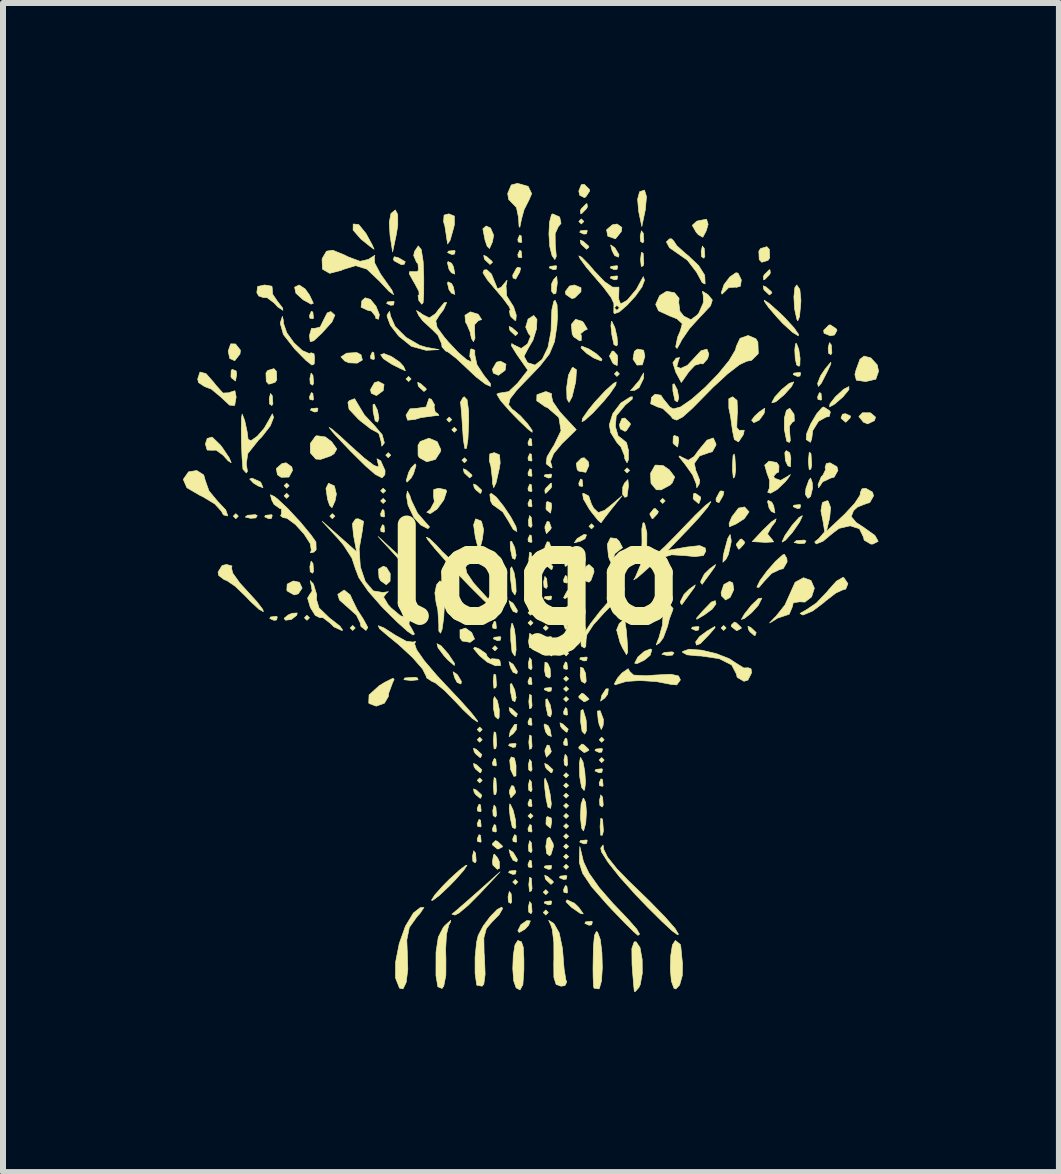
<source format=kicad_pcb>
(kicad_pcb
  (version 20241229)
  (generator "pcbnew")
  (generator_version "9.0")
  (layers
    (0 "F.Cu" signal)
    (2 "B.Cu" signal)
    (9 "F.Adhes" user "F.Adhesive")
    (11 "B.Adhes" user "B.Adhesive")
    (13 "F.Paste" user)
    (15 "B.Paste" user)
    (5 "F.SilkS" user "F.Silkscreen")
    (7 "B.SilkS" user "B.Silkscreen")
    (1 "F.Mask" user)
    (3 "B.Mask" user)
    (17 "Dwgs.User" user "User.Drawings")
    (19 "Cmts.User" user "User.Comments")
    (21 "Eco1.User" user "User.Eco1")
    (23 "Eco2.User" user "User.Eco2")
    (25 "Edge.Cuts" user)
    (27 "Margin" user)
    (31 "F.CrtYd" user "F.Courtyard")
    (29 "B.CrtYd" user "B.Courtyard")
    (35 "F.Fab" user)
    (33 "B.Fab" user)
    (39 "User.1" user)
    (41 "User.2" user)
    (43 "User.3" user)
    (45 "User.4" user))
  (footprint "logo"
    (layer "F.Cu")
    (at 5.832 6.524)
    (property "Reference" "logo" (at 0 0 0) (layer "F.SilkS") (effects (font (size 1.524 1.524) (thickness 0.3))))
    (attr through_hole)
    (fp_poly (pts (xy -4.911 -0.974) (xy -4.953 -0.931) (xy -4.995 -0.974) (xy -4.953 -1.016) (xy -4.911 -0.974)) (stroke (width 0.01) (type solid)) (fill yes) (layer "F.SilkS"))
    (fp_poly (pts (xy -4.064 -1.482) (xy -4.106 -1.439) (xy -4.149 -1.482) (xy -4.106 -1.524) (xy -4.064 -1.482)) (stroke (width 0.01) (type solid)) (fill yes) (layer "F.SilkS"))
    (fp_poly (pts (xy -4.064 -1.312) (xy -4.106 -1.27) (xy -4.149 -1.312) (xy -4.106 -1.355) (xy -4.064 -1.312)) (stroke (width 0.01) (type solid)) (fill yes) (layer "F.SilkS"))
    (fp_poly (pts (xy -3.725 0.72) (xy -3.768 0.762) (xy -3.81 0.72) (xy -3.768 0.677) (xy -3.725 0.72)) (stroke (width 0.01) (type solid)) (fill yes) (layer "F.SilkS"))
    (fp_poly (pts (xy -3.302 -0.974) (xy -3.344 -0.931) (xy -3.387 -0.974) (xy -3.344 -1.016) (xy -3.302 -0.974)) (stroke (width 0.01) (type solid)) (fill yes) (layer "F.SilkS"))
    (fp_poly (pts (xy -2.963 0.889) (xy -3.006 0.931) (xy -3.048 0.889) (xy -3.006 0.847) (xy -2.963 0.889)) (stroke (width 0.01) (type solid)) (fill yes) (layer "F.SilkS"))
    (fp_poly (pts (xy -2.455 -1.397) (xy -2.498 -1.355) (xy -2.54 -1.397) (xy -2.498 -1.439) (xy -2.455 -1.397)) (stroke (width 0.01) (type solid)) (fill yes) (layer "F.SilkS"))
    (fp_poly (pts (xy -2.455 -1.228) (xy -2.498 -1.185) (xy -2.54 -1.228) (xy -2.498 -1.27) (xy -2.455 -1.228)) (stroke (width 0.01) (type solid)) (fill yes) (layer "F.SilkS"))
    (fp_poly (pts (xy -2.371 -1.99) (xy -2.413 -1.947) (xy -2.455 -1.99) (xy -2.413 -2.032) (xy -2.371 -1.99)) (stroke (width 0.01) (type solid)) (fill yes) (layer "F.SilkS"))
    (fp_poly (pts (xy -2.032 -3.26) (xy -2.074 -3.217) (xy -2.117 -3.26) (xy -2.074 -3.302) (xy -2.032 -3.26)) (stroke (width 0.01) (type solid)) (fill yes) (layer "F.SilkS"))
    (fp_poly (pts (xy -1.355 -2.582) (xy -1.397 -2.54) (xy -1.439 -2.582) (xy -1.397 -2.625) (xy -1.355 -2.582)) (stroke (width 0.01) (type solid)) (fill yes) (layer "F.SilkS"))
    (fp_poly (pts (xy -1.27 -2.413) (xy -1.312 -2.371) (xy -1.355 -2.413) (xy -1.312 -2.455) (xy -1.27 -2.413)) (stroke (width 0.01) (type solid)) (fill yes) (layer "F.SilkS"))
    (fp_poly (pts (xy -1.101 -1.905) (xy -1.143 -1.863) (xy -1.185 -1.905) (xy -1.143 -1.947) (xy -1.101 -1.905)) (stroke (width 0.01) (type solid)) (fill yes) (layer "F.SilkS"))
    (fp_poly (pts (xy -0.847 2.582) (xy -0.889 2.625) (xy -0.931 2.582) (xy -0.889 2.54) (xy -0.847 2.582)) (stroke (width 0.01) (type solid)) (fill yes) (layer "F.SilkS"))
    (fp_poly (pts (xy -0.847 2.752) (xy -0.889 2.794) (xy -0.931 2.752) (xy -0.889 2.709) (xy -0.847 2.752)) (stroke (width 0.01) (type solid)) (fill yes) (layer "F.SilkS"))
    (fp_poly (pts (xy -0.847 3.429) (xy -0.889 3.471) (xy -0.931 3.429) (xy -0.889 3.387) (xy -0.847 3.429)) (stroke (width 0.01) (type solid)) (fill yes) (layer "F.SilkS"))
    (fp_poly (pts (xy -0.593 1.228) (xy -0.635 1.27) (xy -0.677 1.228) (xy -0.635 1.185) (xy -0.593 1.228)) (stroke (width 0.01) (type solid)) (fill yes) (layer "F.SilkS"))
    (fp_poly (pts (xy -0.254 5.122) (xy -0.296 5.165) (xy -0.339 5.122) (xy -0.296 5.08) (xy -0.254 5.122)) (stroke (width 0.01) (type solid)) (fill yes) (layer "F.SilkS"))
    (fp_poly (pts (xy 0 0.635) (xy -0.042 0.677) (xy -0.085 0.635) (xy -0.042 0.593) (xy 0 0.635)) (stroke (width 0.01) (type solid)) (fill yes) (layer "F.SilkS"))
    (fp_poly (pts (xy 0 0.804) (xy -0.042 0.847) (xy -0.085 0.804) (xy -0.042 0.762) (xy 0 0.804)) (stroke (width 0.01) (type solid)) (fill yes) (layer "F.SilkS"))
    (fp_poly (pts (xy 0 4.022) (xy -0.042 4.064) (xy -0.085 4.022) (xy -0.042 3.979) (xy 0 4.022)) (stroke (width 0.01) (type solid)) (fill yes) (layer "F.SilkS"))
    (fp_poly (pts (xy 0.254 0.889) (xy 0.212 0.931) (xy 0.169 0.889) (xy 0.212 0.847) (xy 0.254 0.889)) (stroke (width 0.01) (type solid)) (fill yes) (layer "F.SilkS"))
    (fp_poly (pts (xy 0.254 5.292) (xy 0.212 5.334) (xy 0.169 5.292) (xy 0.212 5.249) (xy 0.254 5.292)) (stroke (width 0.01) (type solid)) (fill yes) (layer "F.SilkS"))
    (fp_poly (pts (xy 0.254 5.63) (xy 0.212 5.673) (xy 0.169 5.63) (xy 0.212 5.588) (xy 0.254 5.63)) (stroke (width 0.01) (type solid)) (fill yes) (layer "F.SilkS"))
    (fp_poly (pts (xy 0.593 1.312) (xy 0.55 1.355) (xy 0.508 1.312) (xy 0.55 1.27) (xy 0.593 1.312)) (stroke (width 0.01) (type solid)) (fill yes) (layer "F.SilkS"))
    (fp_poly (pts (xy 0.593 1.736) (xy 0.55 1.778) (xy 0.508 1.736) (xy 0.55 1.693) (xy 0.593 1.736)) (stroke (width 0.01) (type solid)) (fill yes) (layer "F.SilkS"))
    (fp_poly (pts (xy 0.593 1.905) (xy 0.55 1.947) (xy 0.508 1.905) (xy 0.55 1.863) (xy 0.593 1.905)) (stroke (width 0.01) (type solid)) (fill yes) (layer "F.SilkS"))
    (fp_poly (pts (xy 0.593 2.074) (xy 0.55 2.117) (xy 0.508 2.074) (xy 0.55 2.032) (xy 0.593 2.074)) (stroke (width 0.01) (type solid)) (fill yes) (layer "F.SilkS"))
    (fp_poly (pts (xy 0.593 3.344) (xy 0.55 3.387) (xy 0.508 3.344) (xy 0.55 3.302) (xy 0.593 3.344)) (stroke (width 0.01) (type solid)) (fill yes) (layer "F.SilkS"))
    (fp_poly (pts (xy 0.593 3.514) (xy 0.55 3.556) (xy 0.508 3.514) (xy 0.55 3.471) (xy 0.593 3.514)) (stroke (width 0.01) (type solid)) (fill yes) (layer "F.SilkS"))
    (fp_poly (pts (xy 0.593 3.683) (xy 0.55 3.725) (xy 0.508 3.683) (xy 0.55 3.641) (xy 0.593 3.683)) (stroke (width 0.01) (type solid)) (fill yes) (layer "F.SilkS"))
    (fp_poly (pts (xy 0.593 3.852) (xy 0.55 3.895) (xy 0.508 3.852) (xy 0.55 3.81) (xy 0.593 3.852)) (stroke (width 0.01) (type solid)) (fill yes) (layer "F.SilkS"))
    (fp_poly (pts (xy 0.593 4.022) (xy 0.55 4.064) (xy 0.508 4.022) (xy 0.55 3.979) (xy 0.593 4.022)) (stroke (width 0.01) (type solid)) (fill yes) (layer "F.SilkS"))
    (fp_poly (pts (xy 0.593 4.191) (xy 0.55 4.233) (xy 0.508 4.191) (xy 0.55 4.149) (xy 0.593 4.191)) (stroke (width 0.01) (type solid)) (fill yes) (layer "F.SilkS"))
    (fp_poly (pts (xy 0.593 4.36) (xy 0.55 4.403) (xy 0.508 4.36) (xy 0.55 4.318) (xy 0.593 4.36)) (stroke (width 0.01) (type solid)) (fill yes) (layer "F.SilkS"))
    (fp_poly (pts (xy 0.593 4.53) (xy 0.55 4.572) (xy 0.508 4.53) (xy 0.55 4.487) (xy 0.593 4.53)) (stroke (width 0.01) (type solid)) (fill yes) (layer "F.SilkS"))
    (fp_poly (pts (xy 0.593 4.699) (xy 0.55 4.741) (xy 0.508 4.699) (xy 0.55 4.657) (xy 0.593 4.699)) (stroke (width 0.01) (type solid)) (fill yes) (layer "F.SilkS"))
    (fp_poly (pts (xy 0.593 4.868) (xy 0.55 4.911) (xy 0.508 4.868) (xy 0.55 4.826) (xy 0.593 4.868)) (stroke (width 0.01) (type solid)) (fill yes) (layer "F.SilkS"))
    (fp_poly (pts (xy 0.847 -5.884) (xy 0.804 -5.842) (xy 0.762 -5.884) (xy 0.804 -5.927) (xy 0.847 -5.884)) (stroke (width 0.01) (type solid)) (fill yes) (layer "F.SilkS"))
    (fp_poly (pts (xy 1.016 -0.804) (xy 0.974 -0.762) (xy 0.931 -0.804) (xy 0.974 -0.847) (xy 1.016 -0.804)) (stroke (width 0.01) (type solid)) (fill yes) (layer "F.SilkS"))
    (fp_poly (pts (xy 1.185 2.752) (xy 1.143 2.794) (xy 1.101 2.752) (xy 1.143 2.709) (xy 1.185 2.752)) (stroke (width 0.01) (type solid)) (fill yes) (layer "F.SilkS"))
    (fp_poly (pts (xy 1.185 3.09) (xy 1.143 3.133) (xy 1.101 3.09) (xy 1.143 3.048) (xy 1.185 3.09)) (stroke (width 0.01) (type solid)) (fill yes) (layer "F.SilkS"))
    (fp_poly (pts (xy 1.439 -3.344) (xy 1.397 -3.302) (xy 1.355 -3.344) (xy 1.397 -3.387) (xy 1.439 -3.344)) (stroke (width 0.01) (type solid)) (fill yes) (layer "F.SilkS"))
    (fp_poly (pts (xy 1.609 -1.736) (xy 1.566 -1.693) (xy 1.524 -1.736) (xy 1.566 -1.778) (xy 1.609 -1.736)) (stroke (width 0.01) (type solid)) (fill yes) (layer "F.SilkS"))
    (fp_poly (pts (xy 2.201 -1.228) (xy 2.159 -1.185) (xy 2.117 -1.228) (xy 2.159 -1.27) (xy 2.201 -1.228)) (stroke (width 0.01) (type solid)) (fill yes) (layer "F.SilkS"))
    (fp_poly (pts (xy 3.217 0.889) (xy 3.175 0.931) (xy 3.133 0.889) (xy 3.175 0.847) (xy 3.217 0.889)) (stroke (width 0.01) (type solid)) (fill yes) (layer "F.SilkS"))
    (fp_poly (pts (xy -4.595 -0.982) (xy -4.62 -0.944) (xy -4.706 -0.938) (xy -4.796 -0.959) (xy -4.757 -0.989) (xy -4.625 -0.999) (xy -4.595 -0.982)) (stroke (width 0.01) (type solid)) (fill yes) (layer "F.SilkS"))
    (fp_poly (pts (xy -4.346 -0.988) (xy -4.358 -0.937) (xy -4.403 -0.931) (xy -4.472 -0.962) (xy -4.459 -0.988) (xy -4.359 -0.998) (xy -4.346 -0.988)) (stroke (width 0.01) (type solid)) (fill yes) (layer "F.SilkS"))
    (fp_poly (pts (xy -4.345 -2.979) (xy -4.335 -2.847) (xy -4.352 -2.817) (xy -4.39 -2.842) (xy -4.396 -2.928) (xy -4.375 -3.018) (xy -4.345 -2.979)) (stroke (width 0.01) (type solid)) (fill yes) (layer "F.SilkS"))
    (fp_poly (pts (xy -4.262 0.706) (xy -4.273 0.756) (xy -4.318 0.762) (xy -4.388 0.731) (xy -4.374 0.706) (xy -4.274 0.695) (xy -4.262 0.706)) (stroke (width 0.01) (type solid)) (fill yes) (layer "F.SilkS"))
    (fp_poly (pts (xy -3.669 -4.374) (xy -3.659 -4.274) (xy -3.669 -4.262) (xy -3.719 -4.273) (xy -3.725 -4.318) (xy -3.694 -4.388) (xy -3.669 -4.374)) (stroke (width 0.01) (type solid)) (fill yes) (layer "F.SilkS"))
    (fp_poly (pts (xy -3.669 -3.02) (xy -3.659 -2.919) (xy -3.669 -2.907) (xy -3.719 -2.919) (xy -3.725 -2.963) (xy -3.694 -3.033) (xy -3.669 -3.02)) (stroke (width 0.01) (type solid)) (fill yes) (layer "F.SilkS"))
    (fp_poly (pts (xy -3.667 -3.318) (xy -3.657 -3.186) (xy -3.674 -3.156) (xy -3.713 -3.181) (xy -3.719 -3.267) (xy -3.698 -3.357) (xy -3.667 -3.318)) (stroke (width 0.01) (type solid)) (fill yes) (layer "F.SilkS"))
    (fp_poly (pts (xy -3.667 -0.185) (xy -3.657 -0.053) (xy -3.674 -0.023) (xy -3.713 -0.048) (xy -3.719 -0.134) (xy -3.698 -0.224) (xy -3.667 -0.185)) (stroke (width 0.01) (type solid)) (fill yes) (layer "F.SilkS"))
    (fp_poly (pts (xy -3.584 -2.766) (xy -3.596 -2.715) (xy -3.641 -2.709) (xy -3.71 -2.74) (xy -3.697 -2.766) (xy -3.597 -2.776) (xy -3.584 -2.766)) (stroke (width 0.01) (type solid)) (fill yes) (layer "F.SilkS"))
    (fp_poly (pts (xy -2.653 -3.697) (xy -2.643 -3.597) (xy -2.653 -3.584) (xy -2.703 -3.596) (xy -2.709 -3.641) (xy -2.678 -3.71) (xy -2.653 -3.697)) (stroke (width 0.01) (type solid)) (fill yes) (layer "F.SilkS"))
    (fp_poly (pts (xy -2.484 -1.072) (xy -2.473 -0.972) (xy -2.484 -0.96) (xy -2.534 -0.971) (xy -2.54 -1.016) (xy -2.509 -1.086) (xy -2.484 -1.072)) (stroke (width 0.01) (type solid)) (fill yes) (layer "F.SilkS"))
    (fp_poly (pts (xy -2.484 -0.818) (xy -2.473 -0.718) (xy -2.484 -0.706) (xy -2.534 -0.717) (xy -2.54 -0.762) (xy -2.509 -0.832) (xy -2.484 -0.818)) (stroke (width 0.01) (type solid)) (fill yes) (layer "F.SilkS"))
    (fp_poly (pts (xy -2.314 -4.544) (xy -2.326 -4.493) (xy -2.371 -4.487) (xy -2.44 -4.518) (xy -2.427 -4.544) (xy -2.327 -4.554) (xy -2.314 -4.544)) (stroke (width 0.01) (type solid)) (fill yes) (layer "F.SilkS"))
    (fp_poly (pts (xy -1.976 0.282) (xy -1.987 0.333) (xy -2.032 0.339) (xy -2.102 0.308) (xy -2.088 0.282) (xy -1.988 0.272) (xy -1.976 0.282)) (stroke (width 0.01) (type solid)) (fill yes) (layer "F.SilkS"))
    (fp_poly (pts (xy -1.976 0.452) (xy -1.965 0.552) (xy -1.976 0.564) (xy -2.026 0.553) (xy -2.032 0.508) (xy -2.001 0.438) (xy -1.976 0.452)) (stroke (width 0.01) (type solid)) (fill yes) (layer "F.SilkS"))
    (fp_poly (pts (xy -1.926 1.722) (xy -1.916 1.753) (xy -2.032 1.765) (xy -2.152 1.751) (xy -2.138 1.722) (xy -1.964 1.711) (xy -1.926 1.722)) (stroke (width 0.01) (type solid)) (fill yes) (layer "F.SilkS"))
    (fp_poly (pts (xy -1.298 -5.39) (xy -1.31 -5.34) (xy -1.355 -5.334) (xy -1.424 -5.365) (xy -1.411 -5.39) (xy -1.311 -5.401) (xy -1.298 -5.39)) (stroke (width 0.01) (type solid)) (fill yes) (layer "F.SilkS"))
    (fp_poly (pts (xy -0.958 4.641) (xy -0.948 4.773) (xy -0.965 4.803) (xy -1.003 4.778) (xy -1.009 4.692) (xy -0.989 4.602) (xy -0.958 4.641)) (stroke (width 0.01) (type solid)) (fill yes) (layer "F.SilkS"))
    (fp_poly (pts (xy -0.875 -0.31) (xy -0.887 -0.26) (xy -0.931 -0.254) (xy -1.001 -0.285) (xy -0.988 -0.31) (xy -0.887 -0.321) (xy -0.875 -0.31)) (stroke (width 0.01) (type solid)) (fill yes) (layer "F.SilkS"))
    (fp_poly (pts (xy -0.875 3.838) (xy -0.865 3.939) (xy -0.875 3.951) (xy -0.925 3.939) (xy -0.931 3.895) (xy -0.9 3.825) (xy -0.875 3.838)) (stroke (width 0.01) (type solid)) (fill yes) (layer "F.SilkS"))
    (fp_poly (pts (xy -0.875 4.092) (xy -0.865 4.193) (xy -0.875 4.205) (xy -0.925 4.193) (xy -0.931 4.149) (xy -0.9 4.079) (xy -0.875 4.092)) (stroke (width 0.01) (type solid)) (fill yes) (layer "F.SilkS"))
    (fp_poly (pts (xy -0.875 4.346) (xy -0.865 4.447) (xy -0.875 4.459) (xy -0.925 4.447) (xy -0.931 4.403) (xy -0.9 4.333) (xy -0.875 4.346)) (stroke (width 0.01) (type solid)) (fill yes) (layer "F.SilkS"))
    (fp_poly (pts (xy -0.621 1.672) (xy -0.61 1.846) (xy -0.621 1.884) (xy -0.652 1.894) (xy -0.664 1.778) (xy -0.651 1.658) (xy -0.621 1.672)) (stroke (width 0.01) (type solid)) (fill yes) (layer "F.SilkS"))
    (fp_poly (pts (xy -0.621 0.79) (xy -0.611 0.891) (xy -0.621 0.903) (xy -0.671 0.891) (xy -0.677 0.847) (xy -0.646 0.777) (xy -0.621 0.79)) (stroke (width 0.01) (type solid)) (fill yes) (layer "F.SilkS"))
    (fp_poly (pts (xy -0.621 3.076) (xy -0.611 3.177) (xy -0.621 3.189) (xy -0.671 3.177) (xy -0.677 3.133) (xy -0.646 3.063) (xy -0.621 3.076)) (stroke (width 0.01) (type solid)) (fill yes) (layer "F.SilkS"))
    (fp_poly (pts (xy -0.621 4.177) (xy -0.611 4.277) (xy -0.621 4.29) (xy -0.671 4.278) (xy -0.677 4.233) (xy -0.646 4.164) (xy -0.621 4.177)) (stroke (width 0.01) (type solid)) (fill yes) (layer "F.SilkS"))
    (fp_poly (pts (xy -0.619 3.879) (xy -0.609 4.011) (xy -0.626 4.041) (xy -0.665 4.016) (xy -0.671 3.93) (xy -0.65 3.84) (xy -0.619 3.879)) (stroke (width 0.01) (type solid)) (fill yes) (layer "F.SilkS"))
    (fp_poly (pts (xy -0.536 1.044) (xy -0.548 1.095) (xy -0.593 1.101) (xy -0.662 1.07) (xy -0.649 1.044) (xy -0.549 1.034) (xy -0.536 1.044)) (stroke (width 0.01) (type solid)) (fill yes) (layer "F.SilkS"))
    (fp_poly (pts (xy -0.365 5.318) (xy -0.355 5.45) (xy -0.372 5.48) (xy -0.411 5.455) (xy -0.417 5.369) (xy -0.396 5.279) (xy -0.365 5.318)) (stroke (width 0.01) (type solid)) (fill yes) (layer "F.SilkS"))
    (fp_poly (pts (xy -0.282 2.822) (xy -0.294 2.873) (xy -0.339 2.879) (xy -0.408 2.848) (xy -0.395 2.822) (xy -0.295 2.812) (xy -0.282 2.822)) (stroke (width 0.01) (type solid)) (fill yes) (layer "F.SilkS"))
    (fp_poly (pts (xy -0.282 4.346) (xy -0.272 4.447) (xy -0.282 4.459) (xy -0.333 4.447) (xy -0.339 4.403) (xy -0.308 4.333) (xy -0.282 4.346)) (stroke (width 0.01) (type solid)) (fill yes) (layer "F.SilkS"))
    (fp_poly (pts (xy -0.282 4.939) (xy -0.294 4.989) (xy -0.339 4.995) (xy -0.408 4.964) (xy -0.395 4.939) (xy -0.295 4.929) (xy -0.282 4.939)) (stroke (width 0.01) (type solid)) (fill yes) (layer "F.SilkS"))
    (fp_poly (pts (xy -0.198 -5.644) (xy -0.187 -5.544) (xy -0.198 -5.532) (xy -0.248 -5.543) (xy -0.254 -5.588) (xy -0.223 -5.658) (xy -0.198 -5.644)) (stroke (width 0.01) (type solid)) (fill yes) (layer "F.SilkS"))
    (fp_poly (pts (xy -0.198 -5.39) (xy -0.187 -5.29) (xy -0.198 -5.278) (xy -0.248 -5.289) (xy -0.254 -5.334) (xy -0.223 -5.404) (xy -0.198 -5.39)) (stroke (width 0.01) (type solid)) (fill yes) (layer "F.SilkS"))
    (fp_poly (pts (xy -0.029 -0.36) (xy -0.017 -0.186) (xy -0.029 -0.148) (xy -0.059 -0.138) (xy -0.071 -0.254) (xy -0.058 -0.374) (xy -0.029 -0.36)) (stroke (width 0.01) (type solid)) (fill yes) (layer "F.SilkS"))
    (fp_poly (pts (xy -0.029 0.995) (xy -0.017 1.168) (xy -0.029 1.206) (xy -0.059 1.217) (xy -0.071 1.101) (xy -0.058 0.98) (xy -0.029 0.995)) (stroke (width 0.01) (type solid)) (fill yes) (layer "F.SilkS"))
    (fp_poly (pts (xy -0.029 2.011) (xy -0.017 2.184) (xy -0.029 2.223) (xy -0.059 2.233) (xy -0.071 2.117) (xy -0.058 1.996) (xy -0.029 2.011)) (stroke (width 0.01) (type solid)) (fill yes) (layer "F.SilkS"))
    (fp_poly (pts (xy -0.029 2.688) (xy -0.017 2.862) (xy -0.029 2.9) (xy -0.059 2.91) (xy -0.071 2.794) (xy -0.058 2.674) (xy -0.029 2.688)) (stroke (width 0.01) (type solid)) (fill yes) (layer "F.SilkS"))
    (fp_poly (pts (xy -0.029 5.059) (xy -0.017 5.232) (xy -0.029 5.271) (xy -0.059 5.281) (xy -0.071 5.165) (xy -0.058 5.044) (xy -0.029 5.059)) (stroke (width 0.01) (type solid)) (fill yes) (layer "F.SilkS"))
    (fp_poly (pts (xy -0.028 -2.258) (xy -0.018 -2.157) (xy -0.028 -2.145) (xy -0.079 -2.157) (xy -0.085 -2.201) (xy -0.054 -2.271) (xy -0.028 -2.258)) (stroke (width 0.01) (type solid)) (fill yes) (layer "F.SilkS"))
    (fp_poly (pts (xy -0.028 -2.004) (xy -0.018 -1.903) (xy -0.028 -1.891) (xy -0.079 -1.903) (xy -0.085 -1.947) (xy -0.054 -2.017) (xy -0.028 -2.004)) (stroke (width 0.01) (type solid)) (fill yes) (layer "F.SilkS"))
    (fp_poly (pts (xy -0.028 -1.75) (xy -0.018 -1.649) (xy -0.028 -1.637) (xy -0.079 -1.649) (xy -0.085 -1.693) (xy -0.054 -1.763) (xy -0.028 -1.75)) (stroke (width 0.01) (type solid)) (fill yes) (layer "F.SilkS"))
    (fp_poly (pts (xy -0.028 -1.496) (xy -0.018 -1.395) (xy -0.028 -1.383) (xy -0.079 -1.395) (xy -0.085 -1.439) (xy -0.054 -1.509) (xy -0.028 -1.496)) (stroke (width 0.01) (type solid)) (fill yes) (layer "F.SilkS"))
    (fp_poly (pts (xy -0.028 -1.242) (xy -0.018 -1.141) (xy -0.028 -1.129) (xy -0.079 -1.141) (xy -0.085 -1.185) (xy -0.054 -1.255) (xy -0.028 -1.242)) (stroke (width 0.01) (type solid)) (fill yes) (layer "F.SilkS"))
    (fp_poly (pts (xy -0.028 -0.649) (xy -0.018 -0.549) (xy -0.028 -0.536) (xy -0.079 -0.548) (xy -0.085 -0.593) (xy -0.054 -0.662) (xy -0.028 -0.649)) (stroke (width 0.01) (type solid)) (fill yes) (layer "F.SilkS"))
    (fp_poly (pts (xy -0.028 0.367) (xy -0.018 0.467) (xy -0.028 0.48) (xy -0.079 0.468) (xy -0.085 0.423) (xy -0.054 0.354) (xy -0.028 0.367)) (stroke (width 0.01) (type solid)) (fill yes) (layer "F.SilkS"))
    (fp_poly (pts (xy -0.028 1.722) (xy -0.018 1.822) (xy -0.028 1.834) (xy -0.079 1.823) (xy -0.085 1.778) (xy -0.054 1.708) (xy -0.028 1.722)) (stroke (width 0.01) (type solid)) (fill yes) (layer "F.SilkS"))
    (fp_poly (pts (xy -0.028 2.399) (xy -0.018 2.499) (xy -0.028 2.512) (xy -0.079 2.5) (xy -0.085 2.455) (xy -0.054 2.386) (xy -0.028 2.399)) (stroke (width 0.01) (type solid)) (fill yes) (layer "F.SilkS"))
    (fp_poly (pts (xy -0.028 3.754) (xy -0.018 3.854) (xy -0.028 3.866) (xy -0.079 3.855) (xy -0.085 3.81) (xy -0.054 3.74) (xy -0.028 3.754)) (stroke (width 0.01) (type solid)) (fill yes) (layer "F.SilkS"))
    (fp_poly (pts (xy -0.028 4.177) (xy -0.018 4.277) (xy -0.028 4.29) (xy -0.079 4.278) (xy -0.085 4.233) (xy -0.054 4.164) (xy -0.028 4.177)) (stroke (width 0.01) (type solid)) (fill yes) (layer "F.SilkS"))
    (fp_poly (pts (xy -0.028 4.77) (xy -0.018 4.87) (xy -0.028 4.882) (xy -0.079 4.871) (xy -0.085 4.826) (xy -0.054 4.756) (xy -0.028 4.77)) (stroke (width 0.01) (type solid)) (fill yes) (layer "F.SilkS"))
    (fp_poly (pts (xy -0.027 -0.947) (xy -0.017 -0.815) (xy -0.034 -0.785) (xy -0.072 -0.81) (xy -0.078 -0.896) (xy -0.057 -0.986) (xy -0.027 -0.947)) (stroke (width 0.01) (type solid)) (fill yes) (layer "F.SilkS"))
    (fp_poly (pts (xy -0.027 0.069) (xy -0.017 0.201) (xy -0.034 0.231) (xy -0.072 0.206) (xy -0.078 0.12) (xy -0.057 0.03) (xy -0.027 0.069)) (stroke (width 0.01) (type solid)) (fill yes) (layer "F.SilkS"))
    (fp_poly (pts (xy -0.027 1.423) (xy -0.017 1.556) (xy -0.034 1.586) (xy -0.072 1.56) (xy -0.078 1.475) (xy -0.057 1.384) (xy -0.027 1.423)) (stroke (width 0.01) (type solid)) (fill yes) (layer "F.SilkS"))
    (fp_poly (pts (xy -0.027 3.117) (xy -0.017 3.249) (xy -0.034 3.279) (xy -0.072 3.254) (xy -0.078 3.168) (xy -0.057 3.078) (xy -0.027 3.117)) (stroke (width 0.01) (type solid)) (fill yes) (layer "F.SilkS"))
    (fp_poly (pts (xy -0.027 3.455) (xy -0.017 3.588) (xy -0.034 3.618) (xy -0.072 3.592) (xy -0.078 3.507) (xy -0.057 3.416) (xy -0.027 3.455)) (stroke (width 0.01) (type solid)) (fill yes) (layer "F.SilkS"))
    (fp_poly (pts (xy -0.027 4.471) (xy -0.017 4.604) (xy -0.034 4.634) (xy -0.072 4.608) (xy -0.078 4.523) (xy -0.057 4.432) (xy -0.027 4.471)) (stroke (width 0.01) (type solid)) (fill yes) (layer "F.SilkS"))
    (fp_poly (pts (xy -0.027 5.487) (xy -0.017 5.62) (xy -0.034 5.65) (xy -0.072 5.624) (xy -0.078 5.539) (xy -0.057 5.448) (xy -0.027 5.487)) (stroke (width 0.01) (type solid)) (fill yes) (layer "F.SilkS"))
    (fp_poly (pts (xy 0.227 0.069) (xy 0.237 0.201) (xy 0.22 0.231) (xy 0.182 0.206) (xy 0.176 0.12) (xy 0.197 0.03) (xy 0.227 0.069)) (stroke (width 0.01) (type solid)) (fill yes) (layer "F.SilkS"))
    (fp_poly (pts (xy 0.31 -1.665) (xy 0.299 -1.615) (xy 0.254 -1.609) (xy 0.184 -1.64) (xy 0.198 -1.665) (xy 0.298 -1.675) (xy 0.31 -1.665)) (stroke (width 0.01) (type solid)) (fill yes) (layer "F.SilkS"))
    (fp_poly (pts (xy 0.31 0.367) (xy 0.299 0.417) (xy 0.254 0.423) (xy 0.184 0.392) (xy 0.198 0.367) (xy 0.298 0.357) (xy 0.31 0.367)) (stroke (width 0.01) (type solid)) (fill yes) (layer "F.SilkS"))
    (fp_poly (pts (xy 0.31 1.044) (xy 0.299 1.095) (xy 0.254 1.101) (xy 0.184 1.07) (xy 0.198 1.044) (xy 0.298 1.034) (xy 0.31 1.044)) (stroke (width 0.01) (type solid)) (fill yes) (layer "F.SilkS"))
    (fp_poly (pts (xy 0.31 1.891) (xy 0.299 1.941) (xy 0.254 1.947) (xy 0.184 1.916) (xy 0.198 1.891) (xy 0.298 1.881) (xy 0.31 1.891)) (stroke (width 0.01) (type solid)) (fill yes) (layer "F.SilkS"))
    (fp_poly (pts (xy 0.31 4.854) (xy 0.299 4.905) (xy 0.254 4.911) (xy 0.184 4.88) (xy 0.198 4.854) (xy 0.298 4.844) (xy 0.31 4.854)) (stroke (width 0.01) (type solid)) (fill yes) (layer "F.SilkS"))
    (fp_poly (pts (xy 0.31 5.447) (xy 0.299 5.497) (xy 0.254 5.503) (xy 0.184 5.472) (xy 0.198 5.447) (xy 0.298 5.437) (xy 0.31 5.447)) (stroke (width 0.01) (type solid)) (fill yes) (layer "F.SilkS"))
    (fp_poly (pts (xy 0.395 -5.136) (xy 0.383 -5.086) (xy 0.339 -5.08) (xy 0.269 -5.111) (xy 0.282 -5.136) (xy 0.383 -5.147) (xy 0.395 -5.136)) (stroke (width 0.01) (type solid)) (fill yes) (layer "F.SilkS"))
    (fp_poly (pts (xy 0.564 -0.36) (xy 0.575 -0.186) (xy 0.564 -0.148) (xy 0.533 -0.138) (xy 0.521 -0.254) (xy 0.535 -0.374) (xy 0.564 -0.36)) (stroke (width 0.01) (type solid)) (fill yes) (layer "F.SilkS"))
    (fp_poly (pts (xy 0.564 0.028) (xy 0.575 0.129) (xy 0.564 0.141) (xy 0.514 0.129) (xy 0.508 0.085) (xy 0.539 0.015) (xy 0.564 0.028)) (stroke (width 0.01) (type solid)) (fill yes) (layer "F.SilkS"))
    (fp_poly (pts (xy 0.564 1.044) (xy 0.575 1.145) (xy 0.564 1.157) (xy 0.514 1.145) (xy 0.508 1.101) (xy 0.539 1.031) (xy 0.564 1.044)) (stroke (width 0.01) (type solid)) (fill yes) (layer "F.SilkS"))
    (fp_poly (pts (xy 0.564 1.468) (xy 0.575 1.568) (xy 0.564 1.58) (xy 0.514 1.569) (xy 0.508 1.524) (xy 0.539 1.454) (xy 0.564 1.468)) (stroke (width 0.01) (type solid)) (fill yes) (layer "F.SilkS"))
    (fp_poly (pts (xy 0.564 2.23) (xy 0.575 2.33) (xy 0.564 2.342) (xy 0.514 2.331) (xy 0.508 2.286) (xy 0.539 2.216) (xy 0.564 2.23)) (stroke (width 0.01) (type solid)) (fill yes) (layer "F.SilkS"))
    (fp_poly (pts (xy 0.564 2.738) (xy 0.575 2.838) (xy 0.564 2.85) (xy 0.514 2.839) (xy 0.508 2.794) (xy 0.539 2.724) (xy 0.564 2.738)) (stroke (width 0.01) (type solid)) (fill yes) (layer "F.SilkS"))
    (fp_poly (pts (xy 0.564 5.024) (xy 0.553 5.074) (xy 0.508 5.08) (xy 0.438 5.049) (xy 0.452 5.024) (xy 0.552 5.013) (xy 0.564 5.024)) (stroke (width 0.01) (type solid)) (fill yes) (layer "F.SilkS"))
    (fp_poly (pts (xy 0.564 5.193) (xy 0.575 5.293) (xy 0.564 5.306) (xy 0.514 5.294) (xy 0.508 5.249) (xy 0.539 5.18) (xy 0.564 5.193)) (stroke (width 0.01) (type solid)) (fill yes) (layer "F.SilkS"))
    (fp_poly (pts (xy 0.566 3.032) (xy 0.576 3.164) (xy 0.559 3.194) (xy 0.521 3.169) (xy 0.515 3.083) (xy 0.535 2.993) (xy 0.566 3.032)) (stroke (width 0.01) (type solid)) (fill yes) (layer "F.SilkS"))
    (fp_poly (pts (xy 0.818 -1.58) (xy 0.829 -1.48) (xy 0.818 -1.468) (xy 0.768 -1.479) (xy 0.762 -1.524) (xy 0.793 -1.594) (xy 0.818 -1.58)) (stroke (width 0.01) (type solid)) (fill yes) (layer "F.SilkS"))
    (fp_poly (pts (xy 0.903 -5.729) (xy 0.891 -5.679) (xy 0.847 -5.673) (xy 0.777 -5.704) (xy 0.79 -5.729) (xy 0.891 -5.739) (xy 0.903 -5.729)) (stroke (width 0.01) (type solid)) (fill yes) (layer "F.SilkS"))
    (fp_poly (pts (xy 0.903 1.383) (xy 0.891 1.433) (xy 0.847 1.439) (xy 0.777 1.408) (xy 0.79 1.383) (xy 0.891 1.373) (xy 0.903 1.383)) (stroke (width 0.01) (type solid)) (fill yes) (layer "F.SilkS"))
    (fp_poly (pts (xy 0.903 4.431) (xy 0.891 4.481) (xy 0.847 4.487) (xy 0.777 4.456) (xy 0.79 4.431) (xy 0.891 4.421) (xy 0.903 4.431)) (stroke (width 0.01) (type solid)) (fill yes) (layer "F.SilkS"))
    (fp_poly (pts (xy 0.988 5.786) (xy 0.976 5.836) (xy 0.931 5.842) (xy 0.862 5.811) (xy 0.875 5.786) (xy 0.975 5.775) (xy 0.988 5.786)) (stroke (width 0.01) (type solid)) (fill yes) (layer "F.SilkS"))
    (fp_poly (pts (xy 1.157 2.907) (xy 1.145 2.957) (xy 1.101 2.963) (xy 1.031 2.932) (xy 1.044 2.907) (xy 1.145 2.897) (xy 1.157 2.907)) (stroke (width 0.01) (type solid)) (fill yes) (layer "F.SilkS"))
    (fp_poly (pts (xy 1.157 3.246) (xy 1.145 3.296) (xy 1.101 3.302) (xy 1.031 3.271) (xy 1.044 3.246) (xy 1.145 3.235) (xy 1.157 3.246)) (stroke (width 0.01) (type solid)) (fill yes) (layer "F.SilkS"))
    (fp_poly (pts (xy 1.157 3.415) (xy 1.167 3.515) (xy 1.157 3.528) (xy 1.107 3.516) (xy 1.101 3.471) (xy 1.132 3.402) (xy 1.157 3.415)) (stroke (width 0.01) (type solid)) (fill yes) (layer "F.SilkS"))
    (fp_poly (pts (xy 1.159 3.709) (xy 1.169 3.842) (xy 1.152 3.872) (xy 1.113 3.846) (xy 1.107 3.761) (xy 1.128 3.67) (xy 1.159 3.709)) (stroke (width 0.01) (type solid)) (fill yes) (layer "F.SilkS"))
    (fp_poly (pts (xy 1.411 -5.136) (xy 1.399 -5.086) (xy 1.355 -5.08) (xy 1.285 -5.111) (xy 1.298 -5.136) (xy 1.399 -5.147) (xy 1.411 -5.136)) (stroke (width 0.01) (type solid)) (fill yes) (layer "F.SilkS"))
    (fp_poly (pts (xy 1.411 -4.967) (xy 1.399 -4.917) (xy 1.355 -4.911) (xy 1.285 -4.942) (xy 1.298 -4.967) (xy 1.399 -4.977) (xy 1.411 -4.967)) (stroke (width 0.01) (type solid)) (fill yes) (layer "F.SilkS"))
    (fp_poly (pts (xy 1.834 -5.355) (xy 1.845 -5.182) (xy 1.834 -5.144) (xy 1.803 -5.133) (xy 1.791 -5.249) (xy 1.805 -5.37) (xy 1.834 -5.355)) (stroke (width 0.01) (type solid)) (fill yes) (layer "F.SilkS"))
    (fp_poly (pts (xy 1.836 -5.689) (xy 1.846 -5.556) (xy 1.829 -5.526) (xy 1.791 -5.552) (xy 1.785 -5.637) (xy 1.805 -5.728) (xy 1.836 -5.689)) (stroke (width 0.01) (type solid)) (fill yes) (layer "F.SilkS"))
    (fp_poly (pts (xy 2.348 1.304) (xy 2.322 1.342) (xy 2.237 1.348) (xy 2.146 1.327) (xy 2.185 1.297) (xy 2.318 1.287) (xy 2.348 1.304)) (stroke (width 0.01) (type solid)) (fill yes) (layer "F.SilkS"))
    (fp_poly (pts (xy 2.766 0.875) (xy 2.754 0.925) (xy 2.709 0.931) (xy 2.64 0.9) (xy 2.653 0.875) (xy 2.753 0.865) (xy 2.766 0.875)) (stroke (width 0.01) (type solid)) (fill yes) (layer "F.SilkS"))
    (fp_poly (pts (xy 2.852 -5.435) (xy 2.862 -5.302) (xy 2.845 -5.272) (xy 2.807 -5.298) (xy 2.801 -5.383) (xy 2.821 -5.474) (xy 2.852 -5.435)) (stroke (width 0.01) (type solid)) (fill yes) (layer "F.SilkS"))
    (fp_poly (pts (xy 4.459 -3.358) (xy 4.447 -3.308) (xy 4.403 -3.302) (xy 4.333 -3.333) (xy 4.346 -3.358) (xy 4.447 -3.369) (xy 4.459 -3.358)) (stroke (width 0.01) (type solid)) (fill yes) (layer "F.SilkS"))
    (fp_poly (pts (xy 4.459 -1.157) (xy 4.447 -1.107) (xy 4.403 -1.101) (xy 4.333 -1.132) (xy 4.346 -1.157) (xy 4.447 -1.167) (xy 4.459 -1.157)) (stroke (width 0.01) (type solid)) (fill yes) (layer "F.SilkS"))
    (fp_poly (pts (xy 4.549 -0.559) (xy 4.524 -0.521) (xy 4.438 -0.515) (xy 4.348 -0.535) (xy 4.387 -0.566) (xy 4.519 -0.576) (xy 4.549 -0.559)) (stroke (width 0.01) (type solid)) (fill yes) (layer "F.SilkS"))
    (fp_poly (pts (xy 4.798 -3.02) (xy 4.808 -2.919) (xy 4.798 -2.907) (xy 4.747 -2.919) (xy 4.741 -2.963) (xy 4.772 -3.033) (xy 4.798 -3.02)) (stroke (width 0.01) (type solid)) (fill yes) (layer "F.SilkS"))
    (fp_poly (pts (xy 4.969 -3.826) (xy 4.979 -3.694) (xy 4.962 -3.664) (xy 4.923 -3.689) (xy 4.917 -3.775) (xy 4.938 -3.865) (xy 4.969 -3.826)) (stroke (width 0.01) (type solid)) (fill yes) (layer "F.SilkS"))
    (fp_poly (pts (xy -4.958 -3.843) (xy -4.876 -3.739) (xy -4.883 -3.676) (xy -4.971 -3.564) (xy -5.054 -3.601) (xy -5.08 -3.723) (xy -5.038 -3.845) (xy -4.958 -3.843)) (stroke (width 0.01) (type solid)) (fill yes) (layer "F.SilkS"))
    (fp_poly (pts (xy -4.948 -3.394) (xy -4.939 -3.341) (xy -4.957 -3.226) (xy -5.019 -3.272) (xy -5.034 -3.296) (xy -5.03 -3.403) (xy -5.011 -3.419) (xy -4.948 -3.394)) (stroke (width 0.01) (type solid)) (fill yes) (layer "F.SilkS"))
    (fp_poly (pts (xy -4.548 -1.547) (xy -4.53 -1.524) (xy -4.5 -1.448) (xy -4.58 -1.477) (xy -4.657 -1.524) (xy -4.722 -1.592) (xy -4.683 -1.607) (xy -4.548 -1.547)) (stroke (width 0.01) (type solid)) (fill yes) (layer "F.SilkS"))
    (fp_poly (pts (xy -3.938 0.678) (xy -4.028 0.748) (xy -4.125 0.76) (xy -4.149 0.729) (xy -4.082 0.674) (xy -4.017 0.645) (xy -3.93 0.639) (xy -3.938 0.678)) (stroke (width 0.01) (type solid)) (fill yes) (layer "F.SilkS"))
    (fp_poly (pts (xy -2.483 -3.168) (xy -2.497 -3.066) (xy -2.609 -2.983) (xy -2.695 -3.02) (xy -2.709 -3.083) (xy -2.641 -3.2) (xy -2.575 -3.217) (xy -2.483 -3.168)) (stroke (width 0.01) (type solid)) (fill yes) (layer "F.SilkS"))
    (fp_poly (pts (xy -2.248 -5.282) (xy -2.129 -5.213) (xy -2.149 -5.169) (xy -2.196 -5.165) (xy -2.311 -5.226) (xy -2.328 -5.248) (xy -2.314 -5.296) (xy -2.248 -5.282)) (stroke (width 0.01) (type solid)) (fill yes) (layer "F.SilkS"))
    (fp_poly (pts (xy -1.876 -3.183) (xy -1.786 -3.104) (xy -1.778 -3.085) (xy -1.818 -3.051) (xy -1.902 -3.129) (xy -1.913 -3.146) (xy -1.923 -3.204) (xy -1.876 -3.183)) (stroke (width 0.01) (type solid)) (fill yes) (layer "F.SilkS"))
    (fp_poly (pts (xy -1.357 -5.188) (xy -1.325 -5.126) (xy -1.304 -5.007) (xy -1.361 -5.03) (xy -1.4 -5.086) (xy -1.427 -5.196) (xy -1.416 -5.216) (xy -1.357 -5.188)) (stroke (width 0.01) (type solid)) (fill yes) (layer "F.SilkS"))
    (fp_poly (pts (xy -1.357 -4.849) (xy -1.325 -4.787) (xy -1.304 -4.668) (xy -1.361 -4.691) (xy -1.4 -4.747) (xy -1.427 -4.858) (xy -1.416 -4.878) (xy -1.357 -4.849)) (stroke (width 0.01) (type solid)) (fill yes) (layer "F.SilkS"))
    (fp_poly (pts (xy -1.271 1.66) (xy -1.259 1.671) (xy -1.193 1.782) (xy -1.202 1.823) (xy -1.265 1.797) (xy -1.307 1.718) (xy -1.333 1.619) (xy -1.271 1.66)) (stroke (width 0.01) (type solid)) (fill yes) (layer "F.SilkS"))
    (fp_poly (pts (xy -1.114 -1.744) (xy -1.024 -1.665) (xy -1.016 -1.646) (xy -1.056 -1.611) (xy -1.14 -1.689) (xy -1.151 -1.706) (xy -1.161 -1.764) (xy -1.114 -1.744)) (stroke (width 0.01) (type solid)) (fill yes) (layer "F.SilkS"))
    (fp_poly (pts (xy -1.023 0.965) (xy -0.975 1.073) (xy -1.049 1.128) (xy -1.18 1.107) (xy -1.217 1.056) (xy -1.218 0.922) (xy -1.127 0.891) (xy -1.023 0.965)) (stroke (width 0.01) (type solid)) (fill yes) (layer "F.SilkS"))
    (fp_poly (pts (xy -0.944 -1.49) (xy -0.854 -1.405) (xy -0.872 -1.355) (xy -0.884 -1.355) (xy -0.956 -1.415) (xy -0.982 -1.452) (xy -0.992 -1.51) (xy -0.944 -1.49)) (stroke (width 0.01) (type solid)) (fill yes) (layer "F.SilkS"))
    (fp_poly (pts (xy -0.944 2.913) (xy -0.854 2.998) (xy -0.872 3.047) (xy -0.884 3.048) (xy -0.956 2.988) (xy -0.982 2.95) (xy -0.992 2.892) (xy -0.944 2.913)) (stroke (width 0.01) (type solid)) (fill yes) (layer "F.SilkS"))
    (fp_poly (pts (xy -0.944 3.167) (xy -0.854 3.252) (xy -0.872 3.301) (xy -0.884 3.302) (xy -0.956 3.242) (xy -0.982 3.204) (xy -0.992 3.146) (xy -0.944 3.167)) (stroke (width 0.01) (type solid)) (fill yes) (layer "F.SilkS"))
    (fp_poly (pts (xy -0.944 3.59) (xy -0.854 3.675) (xy -0.872 3.725) (xy -0.884 3.725) (xy -0.956 3.665) (xy -0.982 3.628) (xy -0.992 3.57) (xy -0.944 3.59)) (stroke (width 0.01) (type solid)) (fill yes) (layer "F.SilkS"))
    (fp_poly (pts (xy -0.775 -5.3) (xy -0.685 -5.221) (xy -0.677 -5.202) (xy -0.718 -5.167) (xy -0.801 -5.245) (xy -0.812 -5.262) (xy -0.822 -5.32) (xy -0.775 -5.3)) (stroke (width 0.01) (type solid)) (fill yes) (layer "F.SilkS"))
    (fp_poly (pts (xy -0.451 -3.507) (xy -0.465 -3.405) (xy -0.577 -3.321) (xy -0.663 -3.358) (xy -0.677 -3.422) (xy -0.609 -3.539) (xy -0.543 -3.556) (xy -0.451 -3.507)) (stroke (width 0.01) (type solid)) (fill yes) (layer "F.SilkS"))
    (fp_poly (pts (xy -0.352 -4.114) (xy -0.262 -4.036) (xy -0.254 -4.017) (xy -0.294 -3.982) (xy -0.378 -4.06) (xy -0.389 -4.077) (xy -0.399 -4.135) (xy -0.352 -4.114)) (stroke (width 0.01) (type solid)) (fill yes) (layer "F.SilkS"))
    (fp_poly (pts (xy -0.352 2.236) (xy -0.261 2.321) (xy -0.28 2.37) (xy -0.291 2.371) (xy -0.363 2.311) (xy -0.389 2.273) (xy -0.399 2.215) (xy -0.352 2.236)) (stroke (width 0.01) (type solid)) (fill yes) (layer "F.SilkS"))
    (fp_poly (pts (xy -0.339 0.474) (xy -0.328 0.485) (xy -0.261 0.596) (xy -0.27 0.637) (xy -0.333 0.612) (xy -0.376 0.533) (xy -0.401 0.434) (xy -0.339 0.474)) (stroke (width 0.01) (type solid)) (fill yes) (layer "F.SilkS"))
    (fp_poly (pts (xy -0.339 1.49) (xy -0.328 1.501) (xy -0.261 1.612) (xy -0.27 1.653) (xy -0.333 1.628) (xy -0.376 1.549) (xy -0.401 1.45) (xy -0.339 1.49)) (stroke (width 0.01) (type solid)) (fill yes) (layer "F.SilkS"))
    (fp_poly (pts (xy -0.339 4.623) (xy -0.328 4.634) (xy -0.261 4.745) (xy -0.27 4.786) (xy -0.333 4.76) (xy -0.376 4.681) (xy -0.401 4.583) (xy -0.339 4.623)) (stroke (width 0.01) (type solid)) (fill yes) (layer "F.SilkS"))
    (fp_poly (pts (xy -0.323 3.523) (xy -0.289 3.621) (xy -0.3 3.647) (xy -0.369 3.72) (xy -0.395 3.633) (xy -0.395 3.602) (xy -0.358 3.517) (xy -0.323 3.523)) (stroke (width 0.01) (type solid)) (fill yes) (layer "F.SilkS"))
    (fp_poly (pts (xy -0.31 3.057) (xy -0.284 3.179) (xy -0.285 3.354) (xy -0.32 3.362) (xy -0.375 3.246) (xy -0.389 3.092) (xy -0.363 3.038) (xy -0.31 3.057)) (stroke (width 0.01) (type solid)) (fill yes) (layer "F.SilkS"))
    (fp_poly (pts (xy -0.28 2.585) (xy -0.328 2.647) (xy -0.399 2.701) (xy -0.382 2.616) (xy -0.376 2.6) (xy -0.308 2.496) (xy -0.27 2.495) (xy -0.28 2.585)) (stroke (width 0.01) (type solid)) (fill yes) (layer "F.SilkS"))
    (fp_poly (pts (xy -0.207 -5.108) (xy -0.222 -5.042) (xy -0.29 -4.923) (xy -0.334 -4.943) (xy -0.339 -4.99) (xy -0.277 -5.105) (xy -0.255 -5.122) (xy -0.207 -5.108)) (stroke (width 0.01) (type solid)) (fill yes) (layer "F.SilkS"))
    (fp_poly (pts (xy -0.045 5.77) (xy -0.074 5.843) (xy -0.136 5.909) (xy -0.231 5.963) (xy -0.254 5.935) (xy -0.203 5.833) (xy -0.103 5.764) (xy -0.045 5.77)) (stroke (width 0.01) (type solid)) (fill yes) (layer "F.SilkS"))
    (fp_poly (pts (xy 0.241 -0.22) (xy 0.332 -0.135) (xy 0.313 -0.085) (xy 0.301 -0.085) (xy 0.23 -0.145) (xy 0.204 -0.182) (xy 0.194 -0.24) (xy 0.241 -0.22)) (stroke (width 0.01) (type solid)) (fill yes) (layer "F.SilkS"))
    (fp_poly (pts (xy 0.241 1.22) (xy 0.332 1.305) (xy 0.313 1.354) (xy 0.301 1.355) (xy 0.23 1.295) (xy 0.204 1.257) (xy 0.194 1.199) (xy 0.241 1.22)) (stroke (width 0.01) (type solid)) (fill yes) (layer "F.SilkS"))
    (fp_poly (pts (xy 0.241 3.167) (xy 0.332 3.252) (xy 0.313 3.301) (xy 0.301 3.302) (xy 0.23 3.242) (xy 0.204 3.204) (xy 0.194 3.146) (xy 0.241 3.167)) (stroke (width 0.01) (type solid)) (fill yes) (layer "F.SilkS"))
    (fp_poly (pts (xy 0.241 5.03) (xy 0.331 5.108) (xy 0.339 5.127) (xy 0.298 5.162) (xy 0.215 5.084) (xy 0.204 5.067) (xy 0.194 5.009) (xy 0.241 5.03)) (stroke (width 0.01) (type solid)) (fill yes) (layer "F.SilkS"))
    (fp_poly (pts (xy 0.242 1.474) (xy 0.284 1.564) (xy 0.292 1.694) (xy 0.268 1.727) (xy 0.211 1.691) (xy 0.192 1.603) (xy 0.198 1.458) (xy 0.242 1.474)) (stroke (width 0.01) (type solid)) (fill yes) (layer "F.SilkS"))
    (fp_poly (pts (xy 0.251 0.57) (xy 0.283 0.631) (xy 0.305 0.751) (xy 0.248 0.727) (xy 0.208 0.672) (xy 0.182 0.561) (xy 0.193 0.541) (xy 0.251 0.57)) (stroke (width 0.01) (type solid)) (fill yes) (layer "F.SilkS"))
    (fp_poly (pts (xy 0.251 2.517) (xy 0.283 2.579) (xy 0.305 2.698) (xy 0.248 2.675) (xy 0.208 2.619) (xy 0.182 2.508) (xy 0.193 2.488) (xy 0.251 2.517)) (stroke (width 0.01) (type solid)) (fill yes) (layer "F.SilkS"))
    (fp_poly (pts (xy 0.269 -0.879) (xy 0.304 -0.781) (xy 0.293 -0.756) (xy 0.223 -0.682) (xy 0.198 -0.769) (xy 0.198 -0.801) (xy 0.235 -0.886) (xy 0.269 -0.879)) (stroke (width 0.01) (type solid)) (fill yes) (layer "F.SilkS"))
    (fp_poly (pts (xy 0.269 -0.541) (xy 0.304 -0.443) (xy 0.293 -0.417) (xy 0.223 -0.344) (xy 0.198 -0.431) (xy 0.198 -0.462) (xy 0.235 -0.547) (xy 0.269 -0.541)) (stroke (width 0.01) (type solid)) (fill yes) (layer "F.SilkS"))
    (fp_poly (pts (xy 0.269 2.846) (xy 0.304 2.944) (xy 0.293 2.969) (xy 0.223 3.043) (xy 0.198 2.956) (xy 0.198 2.925) (xy 0.235 2.84) (xy 0.269 2.846)) (stroke (width 0.01) (type solid)) (fill yes) (layer "F.SilkS"))
    (fp_poly (pts (xy 0.302 -1.193) (xy 0.31 -1.139) (xy 0.292 -1.024) (xy 0.231 -1.071) (xy 0.215 -1.095) (xy 0.22 -1.202) (xy 0.239 -1.218) (xy 0.302 -1.193)) (stroke (width 0.01) (type solid)) (fill yes) (layer "F.SilkS"))
    (fp_poly (pts (xy 0.302 4.056) (xy 0.31 4.11) (xy 0.292 4.225) (xy 0.231 4.178) (xy 0.215 4.155) (xy 0.22 4.048) (xy 0.239 4.031) (xy 0.302 4.056)) (stroke (width 0.01) (type solid)) (fill yes) (layer "F.SilkS"))
    (fp_poly (pts (xy 0.495 2.49) (xy 0.586 2.575) (xy 0.567 2.624) (xy 0.555 2.625) (xy 0.484 2.565) (xy 0.458 2.527) (xy 0.448 2.469) (xy 0.495 2.49)) (stroke (width 0.01) (type solid)) (fill yes) (layer "F.SilkS"))
    (fp_poly (pts (xy 0.548 0.599) (xy 0.574 0.726) (xy 0.573 0.898) (xy 0.538 0.911) (xy 0.483 0.762) (xy 0.472 0.61) (xy 0.498 0.557) (xy 0.548 0.599)) (stroke (width 0.01) (type solid)) (fill yes) (layer "F.SilkS"))
    (fp_poly (pts (xy 0.691 5.477) (xy 0.762 5.546) (xy 0.837 5.653) (xy 0.788 5.646) (xy 0.64 5.543) (xy 0.548 5.451) (xy 0.566 5.419) (xy 0.691 5.477)) (stroke (width 0.01) (type solid)) (fill yes) (layer "F.SilkS"))
    (fp_poly (pts (xy 0.834 -5.554) (xy 0.924 -5.475) (xy 0.931 -5.456) (xy 0.891 -5.421) (xy 0.807 -5.499) (xy 0.796 -5.516) (xy 0.786 -5.574) (xy 0.834 -5.554)) (stroke (width 0.01) (type solid)) (fill yes) (layer "F.SilkS"))
    (fp_poly (pts (xy 0.835 1.559) (xy 0.876 1.648) (xy 0.885 1.779) (xy 0.861 1.812) (xy 0.804 1.776) (xy 0.785 1.687) (xy 0.791 1.543) (xy 0.835 1.559)) (stroke (width 0.01) (type solid)) (fill yes) (layer "F.SilkS"))
    (fp_poly (pts (xy 0.891 -0.661) (xy 0.866 -0.598) (xy 0.787 -0.556) (xy 0.688 -0.53) (xy 0.728 -0.592) (xy 0.739 -0.603) (xy 0.85 -0.67) (xy 0.891 -0.661)) (stroke (width 0.01) (type solid)) (fill yes) (layer "F.SilkS"))
    (fp_poly (pts (xy 1.244 1.992) (xy 1.196 2.055) (xy 1.125 2.108) (xy 1.142 2.023) (xy 1.148 2.007) (xy 1.216 1.904) (xy 1.254 1.903) (xy 1.244 1.992)) (stroke (width 0.01) (type solid)) (fill yes) (layer "F.SilkS"))
    (fp_poly (pts (xy 1.354 -5.452) (xy 1.365 -5.441) (xy 1.432 -5.33) (xy 1.423 -5.289) (xy 1.36 -5.315) (xy 1.318 -5.394) (xy 1.292 -5.493) (xy 1.354 -5.452)) (stroke (width 0.01) (type solid)) (fill yes) (layer "F.SilkS"))
    (fp_poly (pts (xy 1.426 -0.05) (xy 1.517 0.035) (xy 1.498 0.084) (xy 1.487 0.085) (xy 1.415 0.025) (xy 1.389 -0.013) (xy 1.379 -0.071) (xy 1.426 -0.05)) (stroke (width 0.01) (type solid)) (fill yes) (layer "F.SilkS"))
    (fp_poly (pts (xy 1.842 -3.739) (xy 1.863 -3.638) (xy 1.821 -3.495) (xy 1.732 -3.491) (xy 1.665 -3.591) (xy 1.688 -3.721) (xy 1.741 -3.758) (xy 1.842 -3.739)) (stroke (width 0.01) (type solid)) (fill yes) (layer "F.SilkS"))
    (fp_poly (pts (xy 2.418 -2.294) (xy 2.427 -2.24) (xy 2.409 -2.125) (xy 2.347 -2.172) (xy 2.332 -2.195) (xy 2.336 -2.302) (xy 2.355 -2.319) (xy 2.418 -2.294)) (stroke (width 0.01) (type solid)) (fill yes) (layer "F.SilkS"))
    (fp_poly (pts (xy 3.18 -1.383) (xy 3.165 -1.317) (xy 3.097 -1.198) (xy 3.052 -1.218) (xy 3.048 -1.265) (xy 3.109 -1.38) (xy 3.132 -1.396) (xy 3.18 -1.383)) (stroke (width 0.01) (type solid)) (fill yes) (layer "F.SilkS"))
    (fp_poly (pts (xy 3.628 0.881) (xy 3.718 0.966) (xy 3.7 1.015) (xy 3.688 1.016) (xy 3.616 0.956) (xy 3.59 0.918) (xy 3.58 0.86) (xy 3.628 0.881)) (stroke (width 0.01) (type solid)) (fill yes) (layer "F.SilkS"))
    (fp_poly (pts (xy 3.882 -4.792) (xy 3.972 -4.713) (xy 3.979 -4.694) (xy 3.939 -4.659) (xy 3.855 -4.737) (xy 3.844 -4.754) (xy 3.834 -4.812) (xy 3.882 -4.792)) (stroke (width 0.01) (type solid)) (fill yes) (layer "F.SilkS"))
    (fp_poly (pts (xy 3.977 -1.208) (xy 4.009 -1.147) (xy 4.03 -1.027) (xy 3.973 -1.051) (xy 3.934 -1.106) (xy 3.907 -1.217) (xy 3.918 -1.237) (xy 3.977 -1.208)) (stroke (width 0.01) (type solid)) (fill yes) (layer "F.SilkS"))
    (fp_poly (pts (xy 4.276 -2.03) (xy 4.295 -1.941) (xy 4.289 -1.797) (xy 4.245 -1.813) (xy 4.204 -1.902) (xy 4.195 -2.033) (xy 4.219 -2.066) (xy 4.276 -2.03)) (stroke (width 0.01) (type solid)) (fill yes) (layer "F.SilkS"))
    (fp_poly (pts (xy 5.621 -2.696) (xy 5.706 -2.624) (xy 5.689 -2.566) (xy 5.575 -2.511) (xy 5.504 -2.54) (xy 5.428 -2.634) (xy 5.489 -2.697) (xy 5.621 -2.696)) (stroke (width 0.01) (type solid)) (fill yes) (layer "F.SilkS"))
    (fp_poly (pts (xy -4.276 -3.387) (xy -4.27 -3.246) (xy -4.299 -3.203) (xy -4.403 -3.172) (xy -4.445 -3.217) (xy -4.451 -3.358) (xy -4.422 -3.401) (xy -4.318 -3.432) (xy -4.276 -3.387)) (stroke (width 0.01) (type solid)) (fill yes) (layer "F.SilkS"))
    (fp_poly (pts (xy -4.02 -1.794) (xy -4.008 -1.736) (xy -4.068 -1.625) (xy -4.197 -1.621) (xy -4.259 -1.663) (xy -4.278 -1.767) (xy -4.184 -1.85) (xy -4.115 -1.863) (xy -4.02 -1.794)) (stroke (width 0.01) (type solid)) (fill yes) (layer "F.SilkS"))
    (fp_poly (pts (xy -3.893 0.128) (xy -3.848 0.225) (xy -3.912 0.32) (xy -3.979 0.339) (xy -4.09 0.278) (xy -4.103 0.26) (xy -4.097 0.159) (xy -3.995 0.106) (xy -3.893 0.128)) (stroke (width 0.01) (type solid)) (fill yes) (layer "F.SilkS"))
    (fp_poly (pts (xy -3.798 -4.76) (xy -3.725 -4.657) (xy -3.661 -4.521) (xy -3.698 -4.506) (xy -3.831 -4.579) (xy -3.952 -4.689) (xy -3.973 -4.789) (xy -3.898 -4.826) (xy -3.798 -4.76)) (stroke (width 0.01) (type solid)) (fill yes) (layer "F.SilkS"))
    (fp_poly (pts (xy -2.592 -2.737) (xy -2.568 -2.606) (xy -2.589 -2.54) (xy -2.59 -2.54) (xy -2.631 -2.561) (xy -2.665 -2.72) (xy -2.667 -2.831) (xy -2.644 -2.842) (xy -2.592 -2.737)) (stroke (width 0.01) (type solid)) (fill yes) (layer "F.SilkS"))
    (fp_poly (pts (xy -2.444 -0.12) (xy -2.38 -0.017) (xy -2.382 0.11) (xy -2.446 0.169) (xy -2.54 0.102) (xy -2.567 0.051) (xy -2.576 -0.091) (xy -2.496 -0.14) (xy -2.444 -0.12)) (stroke (width 0.01) (type solid)) (fill yes) (layer "F.SilkS"))
    (fp_poly (pts (xy -1.95 -1.82) (xy -1.992 -1.681) (xy -2.032 -1.609) (xy -2.099 -1.541) (xy -2.114 -1.566) (xy -2.072 -1.705) (xy -2.032 -1.778) (xy -1.965 -1.846) (xy -1.95 -1.82)) (stroke (width 0.01) (type solid)) (fill yes) (layer "F.SilkS"))
    (fp_poly (pts (xy -0.869 -0.895) (xy -0.858 -0.883) (xy -0.824 -0.749) (xy -0.844 -0.593) (xy -0.899 -0.381) (xy -0.962 -0.624) (xy -0.991 -0.83) (xy -0.956 -0.929) (xy -0.869 -0.895)) (stroke (width 0.01) (type solid)) (fill yes) (layer "F.SilkS"))
    (fp_poly (pts (xy -0.708 -5.774) (xy -0.657 -5.655) (xy -0.676 -5.546) (xy -0.726 -5.433) (xy -0.765 -5.47) (xy -0.8 -5.573) (xy -0.837 -5.761) (xy -0.782 -5.809) (xy -0.708 -5.774)) (stroke (width 0.01) (type solid)) (fill yes) (layer "F.SilkS"))
    (fp_poly (pts (xy -0.623 2.633) (xy -0.619 2.647) (xy -0.606 2.832) (xy -0.622 2.901) (xy -0.65 2.904) (xy -0.661 2.772) (xy -0.661 2.752) (xy -0.649 2.62) (xy -0.623 2.633)) (stroke (width 0.01) (type solid)) (fill yes) (layer "F.SilkS"))
    (fp_poly (pts (xy -0.623 3.395) (xy -0.619 3.409) (xy -0.606 3.594) (xy -0.622 3.663) (xy -0.65 3.666) (xy -0.661 3.534) (xy -0.661 3.514) (xy -0.649 3.382) (xy -0.623 3.395)) (stroke (width 0.01) (type solid)) (fill yes) (layer "F.SilkS"))
    (fp_poly (pts (xy -0.594 2.101) (xy -0.563 2.247) (xy -0.565 2.377) (xy -0.583 2.407) (xy -0.633 2.364) (xy -0.658 2.238) (xy -0.66 2.082) (xy -0.644 2.032) (xy -0.594 2.101)) (stroke (width 0.01) (type solid)) (fill yes) (layer "F.SilkS"))
    (fp_poly (pts (xy -0.593 4.445) (xy -0.512 4.521) (xy -0.508 4.535) (xy -0.574 4.571) (xy -0.593 4.572) (xy -0.674 4.507) (xy -0.677 4.482) (xy -0.625 4.432) (xy -0.593 4.445)) (stroke (width 0.01) (type solid)) (fill yes) (layer "F.SilkS"))
    (fp_poly (pts (xy -0.589 4.723) (xy -0.562 4.784) (xy -0.56 4.893) (xy -0.595 4.911) (xy -0.668 4.842) (xy -0.677 4.784) (xy -0.659 4.671) (xy -0.644 4.657) (xy -0.589 4.723)) (stroke (width 0.01) (type solid)) (fill yes) (layer "F.SilkS"))
    (fp_poly (pts (xy -0.306 -0.451) (xy -0.282 -0.32) (xy -0.303 -0.254) (xy -0.304 -0.254) (xy -0.345 -0.275) (xy -0.379 -0.434) (xy -0.381 -0.545) (xy -0.358 -0.556) (xy -0.306 -0.451)) (stroke (width 0.01) (type solid)) (fill yes) (layer "F.SilkS"))
    (fp_poly (pts (xy -0.306 1.92) (xy -0.282 2.051) (xy -0.303 2.117) (xy -0.304 2.117) (xy -0.345 2.095) (xy -0.379 1.936) (xy -0.381 1.826) (xy -0.358 1.815) (xy -0.306 1.92)) (stroke (width 0.01) (type solid)) (fill yes) (layer "F.SilkS"))
    (fp_poly (pts (xy 0.287 2.174) (xy 0.311 2.305) (xy 0.29 2.371) (xy 0.289 2.371) (xy 0.248 2.349) (xy 0.213 2.19) (xy 0.212 2.08) (xy 0.235 2.069) (xy 0.287 2.174)) (stroke (width 0.01) (type solid)) (fill yes) (layer "F.SilkS"))
    (fp_poly (pts (xy 0.312 -1.469) (xy 0.296 -1.439) (xy 0.217 -1.358) (xy 0.202 -1.355) (xy 0.196 -1.409) (xy 0.212 -1.439) (xy 0.291 -1.52) (xy 0.306 -1.524) (xy 0.312 -1.469)) (stroke (width 0.01) (type solid)) (fill yes) (layer "F.SilkS"))
    (fp_poly (pts (xy 0.334 4.483) (xy 0.339 4.53) (xy 0.299 4.662) (xy 0.275 4.686) (xy 0.227 4.647) (xy 0.212 4.53) (xy 0.234 4.395) (xy 0.275 4.373) (xy 0.334 4.483)) (stroke (width 0.01) (type solid)) (fill yes) (layer "F.SilkS"))
    (fp_poly (pts (xy 0.403 -4.872) (xy 0.402 -4.846) (xy 0.381 -4.687) (xy 0.343 -4.674) (xy 0.307 -4.724) (xy 0.309 -4.845) (xy 0.341 -4.914) (xy 0.394 -4.97) (xy 0.403 -4.872)) (stroke (width 0.01) (type solid)) (fill yes) (layer "F.SilkS"))
    (fp_poly (pts (xy 0.762 0.153) (xy 0.704 0.269) (xy 0.635 0.339) (xy 0.532 0.4) (xy 0.508 0.385) (xy 0.561 0.284) (xy 0.635 0.2) (xy 0.734 0.131) (xy 0.762 0.153)) (stroke (width 0.01) (type solid)) (fill yes) (layer "F.SilkS"))
    (fp_poly (pts (xy 0.799 -4.78) (xy 0.798 -4.713) (xy 0.693 -4.61) (xy 0.645 -4.6) (xy 0.546 -4.667) (xy 0.536 -4.713) (xy 0.606 -4.808) (xy 0.689 -4.826) (xy 0.799 -4.78)) (stroke (width 0.01) (type solid)) (fill yes) (layer "F.SilkS"))
    (fp_poly (pts (xy 0.847 1.99) (xy 0.927 2.066) (xy 0.931 2.079) (xy 0.866 2.116) (xy 0.847 2.117) (xy 0.765 2.052) (xy 0.762 2.027) (xy 0.814 1.976) (xy 0.847 1.99)) (stroke (width 0.01) (type solid)) (fill yes) (layer "F.SilkS"))
    (fp_poly (pts (xy 0.847 2.836) (xy 0.927 2.912) (xy 0.931 2.926) (xy 0.866 2.962) (xy 0.847 2.963) (xy 0.765 2.898) (xy 0.762 2.874) (xy 0.814 2.823) (xy 0.847 2.836)) (stroke (width 0.01) (type solid)) (fill yes) (layer "F.SilkS"))
    (fp_poly (pts (xy 0.905 -6.126) (xy 0.889 -6.096) (xy 0.809 -6.015) (xy 0.794 -6.011) (xy 0.789 -6.066) (xy 0.804 -6.096) (xy 0.884 -6.177) (xy 0.899 -6.181) (xy 0.905 -6.126)) (stroke (width 0.01) (type solid)) (fill yes) (layer "F.SilkS"))
    (fp_poly (pts (xy 0.922 -1.879) (xy 0.931 -1.82) (xy 0.879 -1.704) (xy 0.762 -1.724) (xy 0.736 -1.747) (xy 0.719 -1.853) (xy 0.805 -1.939) (xy 0.852 -1.947) (xy 0.922 -1.879)) (stroke (width 0.01) (type solid)) (fill yes) (layer "F.SilkS"))
    (fp_poly (pts (xy 0.933 -3.758) (xy 1.053 -3.68) (xy 1.149 -3.589) (xy 1.138 -3.559) (xy 1.014 -3.608) (xy 0.894 -3.686) (xy 0.799 -3.777) (xy 0.809 -3.807) (xy 0.933 -3.758)) (stroke (width 0.01) (type solid)) (fill yes) (layer "F.SilkS"))
    (fp_poly (pts (xy 0.94 -6.416) (xy 0.944 -6.392) (xy 0.878 -6.293) (xy 0.853 -6.282) (xy 0.776 -6.322) (xy 0.762 -6.392) (xy 0.805 -6.498) (xy 0.853 -6.503) (xy 0.94 -6.416)) (stroke (width 0.01) (type solid)) (fill yes) (layer "F.SilkS"))
    (fp_poly (pts (xy 1.007 -0.101) (xy 1.016 -0.047) (xy 0.964 0.097) (xy 0.931 0.127) (xy 0.865 0.101) (xy 0.847 0.005) (xy 0.881 -0.135) (xy 0.931 -0.169) (xy 1.007 -0.101)) (stroke (width 0.01) (type solid)) (fill yes) (layer "F.SilkS"))
    (fp_poly (pts (xy 1.119 2.271) (xy 1.173 2.415) (xy 1.168 2.51) (xy 1.137 2.582) (xy 1.101 2.497) (xy 1.086 2.428) (xy 1.071 2.273) (xy 1.117 2.268) (xy 1.119 2.271)) (stroke (width 0.01) (type solid)) (fill yes) (layer "F.SilkS"))
    (fp_poly (pts (xy 1.155 4.072) (xy 1.159 4.087) (xy 1.172 4.271) (xy 1.156 4.341) (xy 1.128 4.344) (xy 1.117 4.211) (xy 1.117 4.191) (xy 1.129 4.06) (xy 1.155 4.072)) (stroke (width 0.01) (type solid)) (fill yes) (layer "F.SilkS"))
    (fp_poly (pts (xy 1.403 -3.657) (xy 1.411 -3.598) (xy 1.401 -3.483) (xy 1.348 -3.507) (xy 1.326 -3.528) (xy 1.272 -3.643) (xy 1.316 -3.722) (xy 1.341 -3.725) (xy 1.403 -3.657)) (stroke (width 0.01) (type solid)) (fill yes) (layer "F.SilkS"))
    (fp_poly (pts (xy 1.48 -5.784) (xy 1.47 -5.715) (xy 1.373 -5.595) (xy 1.248 -5.638) (xy 1.244 -5.642) (xy 1.225 -5.746) (xy 1.321 -5.828) (xy 1.399 -5.842) (xy 1.48 -5.784)) (stroke (width 0.01) (type solid)) (fill yes) (layer "F.SilkS"))
    (fp_poly (pts (xy 1.589 -1.485) (xy 1.587 -1.459) (xy 1.566 -1.3) (xy 1.528 -1.288) (xy 1.492 -1.338) (xy 1.494 -1.459) (xy 1.526 -1.527) (xy 1.58 -1.583) (xy 1.589 -1.485)) (stroke (width 0.01) (type solid)) (fill yes) (layer "F.SilkS"))
    (fp_poly (pts (xy 1.618 -2.521) (xy 1.621 -2.498) (xy 1.555 -2.398) (xy 1.53 -2.387) (xy 1.453 -2.428) (xy 1.439 -2.498) (xy 1.482 -2.603) (xy 1.53 -2.608) (xy 1.618 -2.521)) (stroke (width 0.01) (type solid)) (fill yes) (layer "F.SilkS"))
    (fp_poly (pts (xy 1.84 -3.267) (xy 1.766 -3.115) (xy 1.693 -3.07) (xy 1.622 -3.067) (xy 1.659 -3.105) (xy 1.776 -3.244) (xy 1.806 -3.302) (xy 1.843 -3.36) (xy 1.84 -3.267)) (stroke (width 0.01) (type solid)) (fill yes) (layer "F.SilkS"))
    (fp_poly (pts (xy 1.89 -6.297) (xy 1.87 -6.078) (xy 1.865 -6.054) (xy 1.812 -5.8) (xy 1.759 -6.054) (xy 1.742 -6.255) (xy 1.775 -6.379) (xy 1.856 -6.407) (xy 1.89 -6.297)) (stroke (width 0.01) (type solid)) (fill yes) (layer "F.SilkS"))
    (fp_poly (pts (xy 1.979 1.252) (xy 1.951 1.344) (xy 1.857 1.423) (xy 1.731 1.484) (xy 1.693 1.476) (xy 1.745 1.375) (xy 1.855 1.278) (xy 1.956 1.239) (xy 1.979 1.252)) (stroke (width 0.01) (type solid)) (fill yes) (layer "F.SilkS"))
    (fp_poly (pts (xy 2.088 -1.049) (xy 2.074 -1.016) (xy 1.998 -0.935) (xy 1.985 -0.931) (xy 1.948 -0.997) (xy 1.947 -1.016) (xy 2.012 -1.097) (xy 2.037 -1.101) (xy 2.088 -1.049)) (stroke (width 0.01) (type solid)) (fill yes) (layer "F.SilkS"))
    (fp_poly (pts (xy 2.272 0.152) (xy 2.286 0.212) (xy 2.245 0.324) (xy 2.21 0.339) (xy 2.118 0.271) (xy 2.086 0.212) (xy 2.099 0.102) (xy 2.162 0.085) (xy 2.272 0.152)) (stroke (width 0.01) (type solid)) (fill yes) (layer "F.SilkS"))
    (fp_poly (pts (xy 2.404 -3.076) (xy 2.428 -2.945) (xy 2.407 -2.879) (xy 2.406 -2.879) (xy 2.364 -2.9) (xy 2.33 -3.059) (xy 2.328 -3.17) (xy 2.351 -3.18) (xy 2.404 -3.076)) (stroke (width 0.01) (type solid)) (fill yes) (layer "F.SilkS"))
    (fp_poly (pts (xy 2.791 -1.293) (xy 2.794 -1.27) (xy 2.765 -1.188) (xy 2.757 -1.185) (xy 2.684 -1.245) (xy 2.667 -1.27) (xy 2.674 -1.348) (xy 2.704 -1.355) (xy 2.791 -1.293)) (stroke (width 0.01) (type solid)) (fill yes) (layer "F.SilkS"))
    (fp_poly (pts (xy 3.032 0.885) (xy 2.929 1.004) (xy 2.786 1.151) (xy 2.721 1.175) (xy 2.709 1.121) (xy 2.773 1.034) (xy 2.9 0.94) (xy 3.029 0.864) (xy 3.032 0.885)) (stroke (width 0.01) (type solid)) (fill yes) (layer "F.SilkS"))
    (fp_poly (pts (xy 3.048 0.488) (xy 2.984 0.575) (xy 2.857 0.669) (xy 2.728 0.745) (xy 2.725 0.724) (xy 2.828 0.605) (xy 2.971 0.457) (xy 3.036 0.434) (xy 3.048 0.488)) (stroke (width 0.01) (type solid)) (fill yes) (layer "F.SilkS"))
    (fp_poly (pts (xy 3.327 0.138) (xy 3.344 0.251) (xy 3.284 0.379) (xy 3.208 0.423) (xy 3.14 0.355) (xy 3.133 0.301) (xy 3.179 0.165) (xy 3.275 0.113) (xy 3.327 0.138)) (stroke (width 0.01) (type solid)) (fill yes) (layer "F.SilkS"))
    (fp_poly (pts (xy 3.362 -1.968) (xy 3.376 -1.747) (xy 3.36 -1.629) (xy 3.337 -1.609) (xy 3.324 -1.731) (xy 3.323 -1.82) (xy 3.332 -1.984) (xy 3.351 -2.009) (xy 3.362 -1.968)) (stroke (width 0.01) (type solid)) (fill yes) (layer "F.SilkS"))
    (fp_poly (pts (xy 3.387 0.804) (xy 3.467 0.88) (xy 3.471 0.894) (xy 3.406 0.93) (xy 3.387 0.931) (xy 3.305 0.866) (xy 3.302 0.842) (xy 3.354 0.791) (xy 3.387 0.804)) (stroke (width 0.01) (type solid)) (fill yes) (layer "F.SilkS"))
    (fp_poly (pts (xy 3.527 -0.541) (xy 3.514 -0.508) (xy 3.438 -0.427) (xy 3.424 -0.423) (xy 3.388 -0.489) (xy 3.387 -0.508) (xy 3.452 -0.589) (xy 3.476 -0.593) (xy 3.527 -0.541)) (stroke (width 0.01) (type solid)) (fill yes) (layer "F.SilkS"))
    (fp_poly (pts (xy 3.599 -1.046) (xy 3.519 -0.932) (xy 3.383 -0.844) (xy 3.272 -0.797) (xy 3.266 -0.852) (xy 3.313 -0.964) (xy 3.424 -1.109) (xy 3.524 -1.127) (xy 3.599 -1.046)) (stroke (width 0.01) (type solid)) (fill yes) (layer "F.SilkS"))
    (fp_poly (pts (xy 3.855 -2.706) (xy 3.845 -2.679) (xy 3.769 -2.575) (xy 3.679 -2.531) (xy 3.641 -2.572) (xy 3.697 -2.645) (xy 3.77 -2.711) (xy 3.861 -2.773) (xy 3.855 -2.706)) (stroke (width 0.01) (type solid)) (fill yes) (layer "F.SilkS"))
    (fp_poly (pts (xy 3.937 -5.419) (xy 3.943 -5.278) (xy 3.914 -5.235) (xy 3.81 -5.204) (xy 3.768 -5.249) (xy 3.762 -5.39) (xy 3.791 -5.433) (xy 3.895 -5.464) (xy 3.937 -5.419)) (stroke (width 0.01) (type solid)) (fill yes) (layer "F.SilkS"))
    (fp_poly (pts (xy 3.953 -5.025) (xy 3.937 -4.995) (xy 3.857 -4.914) (xy 3.842 -4.911) (xy 3.837 -4.965) (xy 3.852 -4.995) (xy 3.932 -5.076) (xy 3.947 -5.08) (xy 3.953 -5.025)) (stroke (width 0.01) (type solid)) (fill yes) (layer "F.SilkS"))
    (fp_poly (pts (xy 4.626 -2.024) (xy 4.631 -2.009) (xy 4.643 -1.825) (xy 4.628 -1.755) (xy 4.6 -1.752) (xy 4.588 -1.885) (xy 4.589 -1.905) (xy 4.601 -2.036) (xy 4.626 -2.024)) (stroke (width 0.01) (type solid)) (fill yes) (layer "F.SilkS"))
    (fp_poly (pts (xy 4.651 -1.537) (xy 4.657 -1.439) (xy 4.624 -1.302) (xy 4.58 -1.27) (xy 4.536 -1.337) (xy 4.547 -1.439) (xy 4.597 -1.576) (xy 4.624 -1.609) (xy 4.651 -1.537)) (stroke (width 0.01) (type solid)) (fill yes) (layer "F.SilkS"))
    (fp_poly (pts (xy 4.961 -3.51) (xy 4.904 -3.387) (xy 4.803 -3.189) (xy 4.753 -3.134) (xy 4.741 -3.187) (xy 4.79 -3.311) (xy 4.873 -3.434) (xy 4.961 -3.538) (xy 4.961 -3.51)) (stroke (width 0.01) (type solid)) (fill yes) (layer "F.SilkS"))
    (fp_poly (pts (xy 5.052 -4.095) (xy 5.064 -4.07) (xy 5.023 -3.993) (xy 4.953 -3.979) (xy 4.848 -4.022) (xy 4.842 -4.07) (xy 4.93 -4.158) (xy 4.953 -4.161) (xy 5.052 -4.095)) (stroke (width 0.01) (type solid)) (fill yes) (layer "F.SilkS"))
    (fp_poly (pts (xy 5.289 -2.643) (xy 5.283 -2.611) (xy 5.214 -2.541) (xy 5.207 -2.54) (xy 5.139 -2.598) (xy 5.131 -2.611) (xy 5.156 -2.673) (xy 5.207 -2.681) (xy 5.289 -2.643)) (stroke (width 0.01) (type solid)) (fill yes) (layer "F.SilkS"))
    (fp_poly (pts (xy -3.313 -1.479) (xy -3.31 -1.476) (xy -3.277 -1.341) (xy -3.299 -1.228) (xy -3.35 -1.115) (xy -3.389 -1.152) (xy -3.424 -1.255) (xy -3.451 -1.435) (xy -3.408 -1.522) (xy -3.313 -1.479)) (stroke (width 0.01) (type solid)) (fill yes) (layer "F.SilkS"))
    (fp_poly (pts (xy -2.867 -3.663) (xy -2.844 -3.576) (xy -2.931 -3.523) (xy -3.07 -3.529) (xy -3.138 -3.559) (xy -3.202 -3.627) (xy -3.111 -3.687) (xy -3.103 -3.69) (xy -2.937 -3.7) (xy -2.867 -3.663)) (stroke (width 0.01) (type solid)) (fill yes) (layer "F.SilkS"))
    (fp_poly (pts (xy -2.255 -5.999) (xy -2.254 -5.821) (xy -2.278 -5.671) (xy -2.34 -5.376) (xy -2.383 -5.65) (xy -2.396 -5.868) (xy -2.368 -6.016) (xy -2.366 -6.018) (xy -2.295 -6.076) (xy -2.255 -5.999)) (stroke (width 0.01) (type solid)) (fill yes) (layer "F.SilkS"))
    (fp_poly (pts (xy -1.533 1.186) (xy -1.417 1.318) (xy -1.414 1.321) (xy -1.308 1.48) (xy -1.312 1.515) (xy -1.419 1.422) (xy -1.482 1.354) (xy -1.583 1.219) (xy -1.601 1.151) (xy -1.533 1.186)) (stroke (width 0.01) (type solid)) (fill yes) (layer "F.SilkS"))
    (fp_poly (pts (xy -0.38 3.825) (xy -0.331 3.928) (xy -0.294 4.083) (xy -0.286 4.207) (xy -0.301 4.233) (xy -0.345 4.212) (xy -0.38 4.051) (xy -0.397 3.898) (xy -0.389 3.822) (xy -0.38 3.825)) (stroke (width 0.01) (type solid)) (fill yes) (layer "F.SilkS"))
    (fp_poly (pts (xy -0.315 -0.028) (xy -0.288 0.136) (xy -0.282 0.285) (xy -0.302 0.339) (xy -0.349 0.276) (xy -0.349 0.275) (xy -0.378 0.051) (xy -0.379 -0.099) (xy -0.356 -0.13) (xy -0.315 -0.028)) (stroke (width 0.01) (type solid)) (fill yes) (layer "F.SilkS"))
    (fp_poly (pts (xy 0.878 2.398) (xy 0.886 2.442) (xy 0.89 2.6) (xy 0.861 2.658) (xy 0.817 2.612) (xy 0.792 2.45) (xy 0.792 2.444) (xy 0.798 2.263) (xy 0.831 2.248) (xy 0.878 2.398)) (stroke (width 0.01) (type solid)) (fill yes) (layer "F.SilkS"))
    (fp_poly (pts (xy 1.313 -4.218) (xy 1.363 -4.115) (xy 1.399 -3.961) (xy 1.408 -3.836) (xy 1.392 -3.81) (xy 1.348 -3.831) (xy 1.313 -3.993) (xy 1.297 -4.145) (xy 1.305 -4.221) (xy 1.313 -4.218)) (stroke (width 0.01) (type solid)) (fill yes) (layer "F.SilkS"))
    (fp_poly (pts (xy 2.689 0.211) (xy 2.627 0.296) (xy 2.523 0.439) (xy 2.479 0.501) (xy 2.456 0.473) (xy 2.455 0.448) (xy 2.515 0.33) (xy 2.603 0.243) (xy 2.703 0.171) (xy 2.689 0.211)) (stroke (width 0.01) (type solid)) (fill yes) (layer "F.SilkS"))
    (fp_poly (pts (xy 2.917 -5.837) (xy 2.885 -5.728) (xy 2.828 -5.621) (xy 2.753 -5.664) (xy 2.717 -5.706) (xy 2.652 -5.82) (xy 2.725 -5.886) (xy 2.746 -5.894) (xy 2.89 -5.922) (xy 2.917 -5.837)) (stroke (width 0.01) (type solid)) (fill yes) (layer "F.SilkS"))
    (fp_poly (pts (xy 3.027 -0.128) (xy 2.966 -0.042) (xy 2.862 0.1) (xy 2.818 0.162) (xy 2.795 0.134) (xy 2.794 0.109) (xy 2.854 -0.009) (xy 2.942 -0.095) (xy 3.041 -0.168) (xy 3.027 -0.128)) (stroke (width 0.01) (type solid)) (fill yes) (layer "F.SilkS"))
    (fp_poly (pts (xy 3.3 -0.58) (xy 3.301 -0.543) (xy 3.255 -0.336) (xy 3.213 -0.254) (xy 3.163 -0.206) (xy 3.168 -0.304) (xy 3.184 -0.381) (xy 3.243 -0.6) (xy 3.283 -0.669) (xy 3.3 -0.58)) (stroke (width 0.01) (type solid)) (fill yes) (layer "F.SilkS"))
    (fp_poly (pts (xy 4.427 -3.754) (xy 4.449 -3.604) (xy 4.445 -3.488) (xy 4.431 -3.471) (xy 4.392 -3.493) (xy 4.368 -3.6) (xy 4.361 -3.744) (xy 4.372 -3.845) (xy 4.388 -3.853) (xy 4.427 -3.754)) (stroke (width 0.01) (type solid)) (fill yes) (layer "F.SilkS"))
    (fp_poly (pts (xy 5.263 -3.083) (xy 5.165 -2.963) (xy 5.165 -2.963) (xy 5.024 -2.84) (xy 4.94 -2.794) (xy 4.947 -2.846) (xy 5.038 -2.963) (xy 5.176 -3.089) (xy 5.262 -3.133) (xy 5.263 -3.083)) (stroke (width 0.01) (type solid)) (fill yes) (layer "F.SilkS"))
    (fp_poly (pts (xy -2.357 -3.632) (xy -2.223 -3.541) (xy -2.159 -3.471) (xy -2.127 -3.399) (xy -2.133 -3.397) (xy -2.22 -3.438) (xy -2.349 -3.502) (xy -2.494 -3.597) (xy -2.54 -3.664) (xy -2.484 -3.683) (xy -2.357 -3.632)) (stroke (width 0.01) (type solid)) (fill yes) (layer "F.SilkS"))
    (fp_poly (pts (xy -1.597 -2.215) (xy -1.537 -2.082) (xy -1.54 -2.054) (xy -1.627 -1.919) (xy -1.771 -1.88) (xy -1.896 -1.949) (xy -1.916 -1.989) (xy -1.917 -2.155) (xy -1.88 -2.218) (xy -1.735 -2.273) (xy -1.597 -2.215)) (stroke (width 0.01) (type solid)) (fill yes) (layer "F.SilkS"))
    (fp_poly (pts (xy -0.885 5.313) (xy -1.079 5.508) (xy -1.234 5.638) (xy -1.301 5.673) (xy -1.353 5.657) (xy -1.346 5.652) (xy -1.268 5.588) (xy -1.104 5.445) (xy -0.93 5.292) (xy -0.55 4.953) (xy -0.885 5.313)) (stroke (width 0.01) (type solid)) (fill yes) (layer "F.SilkS"))
    (fp_poly (pts (xy 0.245 3.491) (xy 0.284 3.658) (xy 0.304 3.818) (xy 0.293 3.894) (xy 0.291 3.895) (xy 0.247 3.873) (xy 0.217 3.736) (xy 0.196 3.564) (xy 0.189 3.426) (xy 0.201 3.39) (xy 0.245 3.491)) (stroke (width 0.01) (type solid)) (fill yes) (layer "F.SilkS"))
    (fp_poly (pts (xy 0.723 -3.414) (xy 0.712 -3.228) (xy 0.708 -3.203) (xy 0.65 -2.962) (xy 0.599 -2.869) (xy 0.565 -2.928) (xy 0.559 -3.112) (xy 0.589 -3.322) (xy 0.65 -3.445) (xy 0.664 -3.453) (xy 0.723 -3.414)) (stroke (width 0.01) (type solid)) (fill yes) (layer "F.SilkS"))
    (fp_poly (pts (xy 1.531 0.784) (xy 1.552 0.919) (xy 1.566 1.079) (xy 1.578 1.289) (xy 1.557 1.335) (xy 1.492 1.223) (xy 1.449 1.13) (xy 1.392 0.921) (xy 1.435 0.817) (xy 1.498 0.761) (xy 1.531 0.784)) (stroke (width 0.01) (type solid)) (fill yes) (layer "F.SilkS"))
    (fp_poly (pts (xy 3.81 0.397) (xy 3.753 0.512) (xy 3.641 0.635) (xy 3.518 0.733) (xy 3.471 0.746) (xy 3.521 0.659) (xy 3.64 0.508) (xy 3.641 0.508) (xy 3.756 0.398) (xy 3.81 0.392) (xy 3.81 0.397)) (stroke (width 0.01) (type solid)) (fill yes) (layer "F.SilkS"))
    (fp_poly (pts (xy 4.445 -4.752) (xy 4.463 -4.57) (xy 4.461 -4.53) (xy 4.44 -4.3) (xy 4.411 -4.228) (xy 4.395 -4.255) (xy 4.357 -4.429) (xy 4.346 -4.628) (xy 4.362 -4.782) (xy 4.393 -4.826) (xy 4.445 -4.752)) (stroke (width 0.01) (type solid)) (fill yes) (layer "F.SilkS"))
    (fp_poly (pts (xy -3.462 -2.294) (xy -3.356 -2.214) (xy -3.27 -2.094) (xy -3.314 -2.016) (xy -3.369 -1.979) (xy -3.538 -1.92) (xy -3.619 -1.925) (xy -3.711 -2.028) (xy -3.712 -2.184) (xy -3.626 -2.304) (xy -3.606 -2.314) (xy -3.462 -2.294)) (stroke (width 0.01) (type solid)) (fill yes) (layer "F.SilkS"))
    (fp_poly (pts (xy -2.906 -5.833) (xy -2.786 -5.686) (xy -2.776 -5.669) (xy -2.685 -5.503) (xy -2.649 -5.423) (xy -2.65 -5.421) (xy -2.719 -5.471) (xy -2.864 -5.588) (xy -2.871 -5.594) (xy -2.999 -5.741) (xy -2.997 -5.842) (xy -2.906 -5.833)) (stroke (width 0.01) (type solid)) (fill yes) (layer "F.SilkS"))
    (fp_poly (pts (xy -2.71 -4.586) (xy -2.616 -4.47) (xy -2.561 -4.332) (xy -2.575 -4.254) (xy -2.621 -4.27) (xy -2.625 -4.304) (xy -2.693 -4.391) (xy -2.752 -4.403) (xy -2.866 -4.455) (xy -2.853 -4.562) (xy -2.798 -4.612) (xy -2.71 -4.586)) (stroke (width 0.01) (type solid)) (fill yes) (layer "F.SilkS"))
    (fp_poly (pts (xy -2.054 -1.318) (xy -2.03 -1.241) (xy -1.925 -1.023) (xy -1.804 -0.884) (xy -1.724 -0.795) (xy -1.752 -0.765) (xy -1.871 -0.826) (xy -1.985 -0.95) (xy -2.083 -1.156) (xy -2.109 -1.31) (xy -2.094 -1.392) (xy -2.054 -1.318)) (stroke (width 0.01) (type solid)) (fill yes) (layer "F.SilkS"))
    (fp_poly (pts (xy -1.312 -5.974) (xy -1.31 -5.836) (xy -1.323 -5.779) (xy -1.382 -5.571) (xy -1.423 -5.509) (xy -1.439 -5.604) (xy -1.439 -5.609) (xy -1.47 -5.811) (xy -1.491 -5.877) (xy -1.483 -5.99) (xy -1.404 -6.011) (xy -1.312 -5.974)) (stroke (width 0.01) (type solid)) (fill yes) (layer "F.SilkS"))
    (fp_poly (pts (xy -0.559 -1.996) (xy -0.548 -1.86) (xy -0.565 -1.757) (xy -0.617 -1.528) (xy -0.656 -1.448) (xy -0.676 -1.523) (xy -0.677 -1.588) (xy -0.702 -1.802) (xy -0.729 -1.898) (xy -0.721 -2.011) (xy -0.646 -2.032) (xy -0.559 -1.996)) (stroke (width 0.01) (type solid)) (fill yes) (layer "F.SilkS"))
    (fp_poly (pts (xy -0.31 0.913) (xy -0.289 1.086) (xy -0.283 1.257) (xy -0.3 1.352) (xy -0.306 1.355) (xy -0.349 1.292) (xy -0.35 1.291) (xy -0.371 1.098) (xy -0.373 0.92) (xy -0.358 0.817) (xy -0.344 0.813) (xy -0.31 0.913)) (stroke (width 0.01) (type solid)) (fill yes) (layer "F.SilkS"))
    (fp_poly (pts (xy 0.832 3.12) (xy 0.862 3.284) (xy 0.874 3.465) (xy 0.859 3.585) (xy 0.849 3.597) (xy 0.809 3.546) (xy 0.779 3.378) (xy 0.776 3.339) (xy 0.772 3.145) (xy 0.788 3.05) (xy 0.792 3.048) (xy 0.832 3.12)) (stroke (width 0.01) (type solid)) (fill yes) (layer "F.SilkS"))
    (fp_poly (pts (xy 0.877 3.797) (xy 0.889 3.96) (xy 0.878 4.14) (xy 0.844 4.262) (xy 0.838 4.27) (xy 0.809 4.224) (xy 0.791 4.059) (xy 0.79 4.018) (xy 0.8 3.824) (xy 0.834 3.728) (xy 0.842 3.725) (xy 0.877 3.797)) (stroke (width 0.01) (type solid)) (fill yes) (layer "F.SilkS"))
    (fp_poly (pts (xy 1.391 -0.599) (xy 1.436 -0.554) (xy 1.491 -0.448) (xy 1.456 -0.423) (xy 1.366 -0.353) (xy 1.336 -0.275) (xy 1.306 -0.188) (xy 1.271 -0.256) (xy 1.256 -0.308) (xy 1.237 -0.505) (xy 1.29 -0.613) (xy 1.391 -0.599)) (stroke (width 0.01) (type solid)) (fill yes) (layer "F.SilkS"))
    (fp_poly (pts (xy 2.165 -1.818) (xy 2.27 -1.746) (xy 2.36 -1.626) (xy 2.319 -1.528) (xy 2.283 -1.492) (xy 2.134 -1.412) (xy 2.053 -1.414) (xy 1.965 -1.521) (xy 1.957 -1.687) (xy 2.032 -1.82) (xy 2.04 -1.825) (xy 2.165 -1.818)) (stroke (width 0.01) (type solid)) (fill yes) (layer "F.SilkS"))
    (fp_poly (pts (xy 4.344 -3.21) (xy 4.307 -3.134) (xy 4.185 -2.998) (xy 4.174 -2.988) (xy 4.043 -2.879) (xy 3.98 -2.863) (xy 3.979 -2.869) (xy 4.03 -2.962) (xy 4.145 -3.086) (xy 4.268 -3.186) (xy 4.343 -3.211) (xy 4.344 -3.21)) (stroke (width 0.01) (type solid)) (fill yes) (layer "F.SilkS"))
    (fp_poly (pts (xy 5.627 -3.611) (xy 5.734 -3.495) (xy 5.757 -3.389) (xy 5.711 -3.256) (xy 5.545 -3.217) (xy 5.54 -3.217) (xy 5.387 -3.239) (xy 5.362 -3.334) (xy 5.381 -3.408) (xy 5.446 -3.587) (xy 5.515 -3.641) (xy 5.627 -3.611)) (stroke (width 0.01) (type solid)) (fill yes) (layer "F.SilkS"))
    (fp_poly (pts (xy -5.212 -2.161) (xy -5.178 -2.117) (xy -5.062 -1.944) (xy -5.029 -1.864) (xy -5.081 -1.896) (xy -5.164 -1.989) (xy -5.281 -2.074) (xy -5.338 -2.072) (xy -5.43 -2.075) (xy -5.46 -2.176) (xy -5.429 -2.269) (xy -5.347 -2.291) (xy -5.212 -2.161)) (stroke (width 0.01) (type solid)) (fill yes) (layer "F.SilkS"))
    (fp_poly (pts (xy -2.315 1.75) (xy -2.338 1.793) (xy -2.405 1.975) (xy -2.411 2.031) (xy -2.477 2.143) (xy -2.614 2.192) (xy -2.731 2.148) (xy -2.738 2.138) (xy -2.733 2.005) (xy -2.563 1.851) (xy -2.468 1.793) (xy -2.333 1.726) (xy -2.315 1.75)) (stroke (width 0.01) (type solid)) (fill yes) (layer "F.SilkS"))
    (fp_poly (pts (xy -1.457 -1.415) (xy -1.439 -1.391) (xy -1.488 -1.244) (xy -1.598 -1.093) (xy -1.709 -1.018) (xy -1.717 -1.017) (xy -1.771 -1.039) (xy -1.712 -1.088) (xy -1.645 -1.213) (xy -1.657 -1.298) (xy -1.656 -1.416) (xy -1.575 -1.439) (xy -1.457 -1.415)) (stroke (width 0.01) (type solid)) (fill yes) (layer "F.SilkS"))
    (fp_poly (pts (xy -1.156 4.927) (xy -1.295 5.085) (xy -1.397 5.19) (xy -1.565 5.348) (xy -1.673 5.428) (xy -1.693 5.427) (xy -1.638 5.338) (xy -1.495 5.179) (xy -1.397 5.08) (xy -1.227 4.925) (xy -1.12 4.844) (xy -1.101 4.843) (xy -1.156 4.927)) (stroke (width 0.01) (type solid)) (fill yes) (layer "F.SilkS"))
    (fp_poly (pts (xy -0.194 6.118) (xy -0.163 6.209) (xy -0.153 6.408) (xy -0.153 6.59) (xy -0.17 6.832) (xy -0.217 6.92) (xy -0.282 6.886) (xy -0.323 6.769) (xy -0.338 6.568) (xy -0.33 6.347) (xy -0.301 6.169) (xy -0.254 6.096) (xy -0.194 6.118)) (stroke (width 0.01) (type solid)) (fill yes) (layer "F.SilkS"))
    (fp_poly (pts (xy 0.819 -4.22) (xy 0.843 -4.195) (xy 0.905 -4.089) (xy 0.852 -4.064) (xy 0.792 -4.013) (xy 0.804 -3.979) (xy 0.803 -3.901) (xy 0.776 -3.895) (xy 0.677 -3.962) (xy 0.652 -4.008) (xy 0.638 -4.169) (xy 0.708 -4.254) (xy 0.819 -4.22)) (stroke (width 0.01) (type solid)) (fill yes) (layer "F.SilkS"))
    (fp_poly (pts (xy 1.378 -3.158) (xy 1.28 -3.015) (xy 1.174 -2.886) (xy 0.999 -2.696) (xy 0.862 -2.572) (xy 0.816 -2.547) (xy 0.823 -2.6) (xy 0.922 -2.742) (xy 1.027 -2.872) (xy 1.203 -3.062) (xy 1.34 -3.185) (xy 1.386 -3.21) (xy 1.378 -3.158)) (stroke (width 0.01) (type solid)) (fill yes) (layer "F.SilkS"))
    (fp_poly (pts (xy 3.416 -5.022) (xy 3.47 -4.91) (xy 3.455 -4.806) (xy 3.386 -4.785) (xy 3.377 -4.79) (xy 3.259 -4.782) (xy 3.209 -4.731) (xy 3.148 -4.672) (xy 3.137 -4.699) (xy 3.182 -4.832) (xy 3.281 -4.962) (xy 3.381 -5.03) (xy 3.416 -5.022)) (stroke (width 0.01) (type solid)) (fill yes) (layer "F.SilkS"))
    (fp_poly (pts (xy 3.935 -4.517) (xy 4.092 -4.378) (xy 4.197 -4.276) (xy 4.351 -4.108) (xy 4.425 -4) (xy 4.419 -3.979) (xy 4.323 -4.037) (xy 4.163 -4.183) (xy 4.076 -4.276) (xy 3.928 -4.447) (xy 3.853 -4.554) (xy 3.853 -4.572) (xy 3.935 -4.517)) (stroke (width 0.01) (type solid)) (fill yes) (layer "F.SilkS"))
    (fp_poly (pts (xy 4.037 -0.881) (xy 3.974 -0.798) (xy 3.906 -0.679) (xy 3.97 -0.598) (xy 3.977 -0.594) (xy 4.008 -0.545) (xy 3.876 -0.537) (xy 3.871 -0.537) (xy 3.651 -0.55) (xy 3.83 -0.741) (xy 3.973 -0.879) (xy 4.05 -0.929) (xy 4.037 -0.881)) (stroke (width 0.01) (type solid)) (fill yes) (layer "F.SilkS"))
    (fp_poly (pts (xy 4.487 -0.977) (xy 4.44 -0.874) (xy 4.325 -0.709) (xy 4.318 -0.7) (xy 4.204 -0.572) (xy 4.15 -0.542) (xy 4.149 -0.547) (xy 4.196 -0.65) (xy 4.311 -0.815) (xy 4.318 -0.824) (xy 4.432 -0.952) (xy 4.486 -0.982) (xy 4.487 -0.977)) (stroke (width 0.01) (type solid)) (fill yes) (layer "F.SilkS"))
    (fp_poly (pts (xy -3.302 -4.323) (xy -3.351 -4.21) (xy -3.516 -4.027) (xy -3.655 -3.896) (xy -3.713 -3.881) (xy -3.725 -3.975) (xy -3.725 -3.988) (xy -3.691 -4.104) (xy -3.635 -4.103) (xy -3.547 -4.126) (xy -3.497 -4.228) (xy -3.43 -4.36) (xy -3.37 -4.383) (xy -3.302 -4.323)) (stroke (width 0.01) (type solid)) (fill yes) (layer "F.SilkS"))
    (fp_poly (pts (xy -2.377 -4.312) (xy -2.299 -4.134) (xy -2.117 -3.953) (xy -1.889 -3.82) (xy -1.778 -3.787) (xy -1.566 -3.748) (xy -1.783 -3.737) (xy -2.027 -3.804) (xy -2.237 -3.973) (xy -2.377 -4.154) (xy -2.433 -4.303) (xy -2.429 -4.332) (xy -2.39 -4.387) (xy -2.377 -4.312)) (stroke (width 0.01) (type solid)) (fill yes) (layer "F.SilkS"))
    (fp_poly (pts (xy -2.279 -0.357) (xy -2.1 -0.169) (xy -1.991 -0.009) (xy -1.976 0.045) (xy -1.994 0.161) (xy -2.055 0.114) (xy -2.074 0.085) (xy -2.083 0.006) (xy -2.063 0) (xy -2.077 -0.055) (xy -2.184 -0.196) (xy -2.291 -0.318) (xy -2.582 -0.635) (xy -2.279 -0.357)) (stroke (width 0.01) (type solid)) (fill yes) (layer "F.SilkS"))
    (fp_poly (pts (xy -1.502 0.139) (xy -1.479 0.266) (xy -1.476 0.483) (xy -1.489 0.722) (xy -1.516 0.911) (xy -1.541 0.976) (xy -1.57 0.942) (xy -1.571 0.828) (xy -1.587 0.587) (xy -1.617 0.459) (xy -1.636 0.306) (xy -1.608 0.17) (xy -1.553 0.105) (xy -1.502 0.139)) (stroke (width 0.01) (type solid)) (fill yes) (layer "F.SilkS"))
    (fp_poly (pts (xy -1.099 -2.913) (xy -1.074 -2.726) (xy -1.072 -2.557) (xy -1.085 -2.259) (xy -1.109 -2.104) (xy -1.136 -2.099) (xy -1.162 -2.251) (xy -1.174 -2.428) (xy -1.19 -2.673) (xy -1.205 -2.838) (xy -1.211 -2.871) (xy -1.167 -2.95) (xy -1.146 -2.963) (xy -1.099 -2.913)) (stroke (width 0.01) (type solid)) (fill yes) (layer "F.SilkS"))
    (fp_poly (pts (xy -0.905 1.233) (xy -0.783 1.318) (xy -0.762 1.369) (xy -0.71 1.412) (xy -0.683 1.401) (xy -0.574 1.411) (xy -0.551 1.438) (xy -0.541 1.516) (xy -0.627 1.519) (xy -0.762 1.459) (xy -0.892 1.351) (xy -0.991 1.233) (xy -0.973 1.21) (xy -0.905 1.233)) (stroke (width 0.01) (type solid)) (fill yes) (layer "F.SilkS"))
    (fp_poly (pts (xy -0.613 -1.291) (xy -0.493 -1.141) (xy -0.371 -0.959) (xy -0.285 -0.799) (xy -0.27 -0.717) (xy -0.33 -0.753) (xy -0.408 -0.889) (xy -0.504 -1.044) (xy -0.582 -1.101) (xy -0.676 -1.168) (xy -0.708 -1.228) (xy -0.72 -1.337) (xy -0.696 -1.354) (xy -0.613 -1.291)) (stroke (width 0.01) (type solid)) (fill yes) (layer "F.SilkS"))
    (fp_poly (pts (xy 0.443 -5.958) (xy 0.466 -5.852) (xy 0.421 -5.798) (xy 0.368 -5.683) (xy 0.37 -5.496) (xy 0.387 -5.304) (xy 0.363 -5.249) (xy 0.317 -5.313) (xy 0.278 -5.466) (xy 0.264 -5.674) (xy 0.274 -5.873) (xy 0.307 -5.997) (xy 0.327 -6.011) (xy 0.443 -5.958)) (stroke (width 0.01) (type solid)) (fill yes) (layer "F.SilkS"))
    (fp_poly (pts (xy 1.782 6.216) (xy 1.818 6.414) (xy 1.82 6.642) (xy 1.785 6.833) (xy 1.764 6.878) (xy 1.7 6.95) (xy 1.687 6.943) (xy 1.676 6.84) (xy 1.659 6.628) (xy 1.649 6.493) (xy 1.646 6.229) (xy 1.685 6.12) (xy 1.717 6.118) (xy 1.782 6.216)) (stroke (width 0.01) (type solid)) (fill yes) (layer "F.SilkS"))
    (fp_poly (pts (xy 2.333 0.565) (xy 2.323 0.601) (xy 2.27 0.74) (xy 2.241 0.861) (xy 2.17 1.052) (xy 2.108 1.137) (xy 2.051 1.172) (xy 2.086 1.077) (xy 2.095 1.058) (xy 2.156 0.84) (xy 2.166 0.666) (xy 2.188 0.502) (xy 2.262 0.484) (xy 2.333 0.565)) (stroke (width 0.01) (type solid)) (fill yes) (layer "F.SilkS"))
    (fp_poly (pts (xy 2.454 6.163) (xy 2.462 6.202) (xy 2.478 6.372) (xy 2.49 6.484) (xy 2.486 6.681) (xy 2.442 6.839) (xy 2.378 6.905) (xy 2.347 6.891) (xy 2.304 6.772) (xy 2.287 6.571) (xy 2.294 6.349) (xy 2.322 6.17) (xy 2.371 6.096) (xy 2.454 6.163)) (stroke (width 0.01) (type solid)) (fill yes) (layer "F.SilkS"))
    (fp_poly (pts (xy 4.228 -0.27) (xy 4.233 -0.212) (xy 4.168 -0.099) (xy 4.111 -0.085) (xy 3.975 -0.021) (xy 3.857 0.104) (xy 3.764 0.213) (xy 3.728 0.209) (xy 3.78 0.101) (xy 3.901 -0.063) (xy 4.043 -0.224) (xy 4.158 -0.327) (xy 4.187 -0.339) (xy 4.228 -0.27)) (stroke (width 0.01) (type solid)) (fill yes) (layer "F.SilkS"))
    (fp_poly (pts (xy 4.344 -2.678) (xy 4.349 -2.667) (xy 4.353 -2.558) (xy 4.32 -2.54) (xy 4.271 -2.471) (xy 4.276 -2.371) (xy 4.287 -2.234) (xy 4.271 -2.201) (xy 4.226 -2.223) (xy 4.186 -2.424) (xy 4.187 -2.608) (xy 4.221 -2.736) (xy 4.277 -2.772) (xy 4.344 -2.678)) (stroke (width 0.01) (type solid)) (fill yes) (layer "F.SilkS"))
    (fp_poly (pts (xy -4.351 -4.805) (xy -4.346 -4.769) (xy -4.34 -4.673) (xy -4.263 -4.558) (xy -4.173 -4.442) (xy -4.168 -4.403) (xy -4.252 -4.459) (xy -4.317 -4.529) (xy -4.433 -4.615) (xy -4.488 -4.614) (xy -4.57 -4.642) (xy -4.603 -4.699) (xy -4.589 -4.801) (xy -4.471 -4.826) (xy -4.351 -4.805)) (stroke (width 0.01) (type solid)) (fill yes) (layer "F.SilkS"))
    (fp_poly (pts (xy -3.047 0.338) (xy -3.019 0.402) (xy -2.931 0.583) (xy -2.829 0.741) (xy -2.753 0.881) (xy -2.784 0.931) (xy -2.868 0.863) (xy -2.879 0.806) (xy -2.944 0.674) (xy -3.09 0.543) (xy -3.225 0.424) (xy -3.254 0.33) (xy -3.254 0.329) (xy -3.148 0.257) (xy -3.047 0.338)) (stroke (width 0.01) (type solid)) (fill yes) (layer "F.SilkS"))
    (fp_poly (pts (xy -0.92 -4.34) (xy -0.907 -4.328) (xy -0.857 -4.248) (xy -0.91 -4.233) (xy -0.974 -4.165) (xy -0.974 -4.064) (xy -0.968 -3.937) (xy -0.994 -3.881) (xy -1.027 -3.937) (xy -1.049 -4.043) (xy -1.101 -4.166) (xy -1.125 -4.206) (xy -1.135 -4.321) (xy -1.044 -4.378) (xy -0.92 -4.34)) (stroke (width 0.01) (type solid)) (fill yes) (layer "F.SilkS"))
    (fp_poly (pts (xy -0.082 -6.469) (xy -0.023 -6.347) (xy -0.069 -6.24) (xy -0.15 -6.08) (xy -0.192 -5.927) (xy -0.221 -5.786) (xy -0.234 -5.804) (xy -0.242 -5.948) (xy -0.277 -6.117) (xy -0.339 -6.181) (xy -0.407 -6.252) (xy -0.423 -6.35) (xy -0.363 -6.492) (xy -0.259 -6.519) (xy -0.082 -6.469)) (stroke (width 0.01) (type solid)) (fill yes) (layer "F.SilkS"))
    (fp_poly (pts (xy 1.075 5.957) (xy 1.12 6.08) (xy 1.147 6.298) (xy 1.154 6.55) (xy 1.14 6.77) (xy 1.104 6.896) (xy 1.096 6.903) (xy 1.016 6.891) (xy 1.008 6.863) (xy 1.001 6.713) (xy 0.999 6.562) (xy 1.005 6.21) (xy 1.023 6.011) (xy 1.055 5.947) (xy 1.075 5.957)) (stroke (width 0.01) (type solid)) (fill yes) (layer "F.SilkS"))
    (fp_poly (pts (xy 4.936 -2.734) (xy 4.953 -2.709) (xy 4.936 -2.635) (xy 4.882 -2.625) (xy 4.756 -2.555) (xy 4.66 -2.4) (xy 4.643 -2.265) (xy 4.622 -2.204) (xy 4.551 -2.25) (xy 4.557 -2.346) (xy 4.627 -2.512) (xy 4.726 -2.68) (xy 4.818 -2.784) (xy 4.842 -2.793) (xy 4.936 -2.734)) (stroke (width 0.01) (type solid)) (fill yes) (layer "F.SilkS"))
    (fp_poly (pts (xy 5.063 -1.797) (xy 5.08 -1.736) (xy 5.016 -1.623) (xy 4.96 -1.609) (xy 4.824 -1.545) (xy 4.797 -1.503) (xy 4.758 -1.446) (xy 4.748 -1.498) (xy 4.803 -1.633) (xy 4.827 -1.652) (xy 4.876 -1.753) (xy 4.865 -1.784) (xy 4.887 -1.851) (xy 4.948 -1.863) (xy 5.063 -1.797)) (stroke (width 0.01) (type solid)) (fill yes) (layer "F.SilkS"))
    (fp_poly (pts (xy 3.399 -2.902) (xy 3.407 -2.706) (xy 3.401 -2.655) (xy 3.394 -2.45) (xy 3.441 -2.397) (xy 3.46 -2.406) (xy 3.519 -2.405) (xy 3.504 -2.333) (xy 3.423 -2.211) (xy 3.354 -2.251) (xy 3.324 -2.392) (xy 3.29 -2.639) (xy 3.262 -2.773) (xy 3.261 -2.93) (xy 3.326 -2.963) (xy 3.399 -2.902)) (stroke (width 0.01) (type solid)) (fill yes) (layer "F.SilkS"))
    (fp_poly (pts (xy -5.45 -3.349) (xy -5.31 -3.19) (xy -5.296 -3.169) (xy -5.168 -3.025) (xy -5.06 -3.03) (xy -5.05 -3.038) (xy -4.968 -3.064) (xy -4.947 -2.959) (xy -4.972 -2.818) (xy -5.058 -2.824) (xy -5.207 -2.963) (xy -5.361 -3.091) (xy -5.474 -3.133) (xy -5.575 -3.201) (xy -5.588 -3.26) (xy -5.55 -3.375) (xy -5.45 -3.349)) (stroke (width 0.01) (type solid)) (fill yes) (layer "F.SilkS"))
    (fp_poly (pts (xy -1.884 5.645) (xy -1.935 5.701) (xy -2.062 5.879) (xy -2.104 6.088) (xy -2.096 6.285) (xy -2.087 6.576) (xy -2.114 6.794) (xy -2.167 6.903) (xy -2.225 6.891) (xy -2.293 6.718) (xy -2.29 6.453) (xy -2.23 6.149) (xy -2.127 5.859) (xy -1.994 5.638) (xy -1.879 5.548) (xy -1.818 5.547) (xy -1.884 5.645)) (stroke (width 0.01) (type solid)) (fill yes) (layer "F.SilkS"))
    (fp_poly (pts (xy -1.694 -2.921) (xy -1.64 -2.825) (xy -1.65 -2.795) (xy -1.629 -2.707) (xy -1.588 -2.683) (xy -1.569 -2.652) (xy -1.651 -2.645) (xy -1.874 -2.615) (xy -1.968 -2.585) (xy -2.09 -2.573) (xy -2.117 -2.657) (xy -2.051 -2.762) (xy -1.926 -2.772) (xy -1.78 -2.794) (xy -1.759 -2.864) (xy -1.733 -2.934) (xy -1.694 -2.921)) (stroke (width 0.01) (type solid)) (fill yes) (layer "F.SilkS"))
    (fp_poly (pts (xy -1.38 5.798) (xy -1.405 5.842) (xy -1.443 5.996) (xy -1.457 6.248) (xy -1.452 6.404) (xy -1.453 6.675) (xy -1.488 6.855) (xy -1.517 6.896) (xy -1.586 6.868) (xy -1.617 6.687) (xy -1.618 6.672) (xy -1.617 6.292) (xy -1.579 6.04) (xy -1.496 5.878) (xy -1.463 5.842) (xy -1.371 5.759) (xy -1.38 5.798)) (stroke (width 0.01) (type solid)) (fill yes) (layer "F.SilkS"))
    (fp_poly (pts (xy -2.913 -2.829) (xy -2.811 -2.66) (xy -2.646 -2.486) (xy -2.514 -2.331) (xy -2.478 -2.197) (xy -2.481 -2.19) (xy -2.52 -2.139) (xy -2.533 -2.223) (xy -2.569 -2.35) (xy -2.603 -2.373) (xy -2.703 -2.426) (xy -2.868 -2.554) (xy -2.911 -2.591) (xy -3.066 -2.756) (xy -3.085 -2.868) (xy -3.062 -2.898) (xy -2.973 -2.931) (xy -2.913 -2.829)) (stroke (width 0.01) (type solid)) (fill yes) (layer "F.SilkS"))
    (fp_poly (pts (xy 1.524 0.238) (xy 1.468 0.329) (xy 1.323 0.494) (xy 1.184 0.637) (xy 1.004 0.836) (xy 0.897 1.001) (xy 0.884 1.075) (xy 0.878 1.198) (xy 0.855 1.223) (xy 0.803 1.19) (xy 0.795 1.101) (xy 0.843 0.988) (xy 0.959 0.815) (xy 1.113 0.616) (xy 1.276 0.428) (xy 1.417 0.284) (xy 1.507 0.222) (xy 1.524 0.238)) (stroke (width 0.01) (type solid)) (fill yes) (layer "F.SilkS"))
    (fp_poly (pts (xy 5.178 0.051) (xy 5.246 0.151) (xy 5.21 0.241) (xy 5.161 0.254) (xy 5.045 0.307) (xy 4.875 0.438) (xy 4.844 0.466) (xy 4.66 0.605) (xy 4.505 0.671) (xy 4.488 0.672) (xy 4.448 0.646) (xy 4.545 0.592) (xy 4.719 0.475) (xy 4.9 0.286) (xy 4.918 0.262) (xy 5.056 0.108) (xy 5.162 0.047) (xy 5.178 0.051)) (stroke (width 0.01) (type solid)) (fill yes) (layer "F.SilkS"))
    (fp_poly (pts (xy -5.488 -1.661) (xy -5.461 -1.566) (xy -5.4 -1.395) (xy -5.253 -1.217) (xy -5.249 -1.214) (xy -5.12 -1.076) (xy -5.087 -0.983) (xy -5.091 -0.977) (xy -5.159 -0.995) (xy -5.195 -1.059) (xy -5.303 -1.177) (xy -5.502 -1.298) (xy -5.55 -1.32) (xy -5.768 -1.447) (xy -5.827 -1.583) (xy -5.825 -1.591) (xy -5.741 -1.712) (xy -5.603 -1.734) (xy -5.488 -1.661)) (stroke (width 0.01) (type solid)) (fill yes) (layer "F.SilkS"))
    (fp_poly (pts (xy -5.016 -0.143) (xy -5.025 -0.111) (xy -5.004 -0.024) (xy -4.888 0.138) (xy -4.77 0.268) (xy -4.602 0.452) (xy -4.504 0.58) (xy -4.493 0.618) (xy -4.566 0.578) (xy -4.708 0.447) (xy -4.784 0.367) (xy -4.961 0.196) (xy -5.106 0.097) (xy -5.144 0.086) (xy -5.237 0.016) (xy -5.249 -0.042) (xy -5.181 -0.151) (xy -5.108 -0.169) (xy -5.016 -0.143)) (stroke (width 0.01) (type solid)) (fill yes) (layer "F.SilkS"))
    (fp_poly (pts (xy -4.162 -4.241) (xy -4.158 -4.185) (xy -4.104 -4.029) (xy -3.985 -3.863) (xy -3.844 -3.732) (xy -3.728 -3.683) (xy -3.698 -3.696) (xy -3.65 -3.68) (xy -3.641 -3.612) (xy -3.647 -3.509) (xy -3.685 -3.491) (xy -3.784 -3.569) (xy -3.97 -3.758) (xy -3.971 -3.759) (xy -4.159 -3.999) (xy -4.212 -4.185) (xy -4.209 -4.203) (xy -4.177 -4.303) (xy -4.162 -4.241)) (stroke (width 0.01) (type solid)) (fill yes) (layer "F.SilkS"))
    (fp_poly (pts (xy 0.33 5.803) (xy 0.349 5.818) (xy 0.435 5.969) (xy 0.489 6.226) (xy 0.497 6.32) (xy 0.517 6.572) (xy 0.546 6.749) (xy 0.56 6.789) (xy 0.531 6.848) (xy 0.465 6.858) (xy 0.384 6.828) (xy 0.347 6.712) (xy 0.345 6.474) (xy 0.347 6.408) (xy 0.346 6.13) (xy 0.32 5.911) (xy 0.295 5.837) (xy 0.259 5.759) (xy 0.33 5.803)) (stroke (width 0.01) (type solid)) (fill yes) (layer "F.SilkS"))
    (fp_poly (pts (xy 0.84 4.784) (xy 0.929 4.971) (xy 1.105 5.22) (xy 1.33 5.478) (xy 1.34 5.488) (xy 1.587 5.747) (xy 1.728 5.908) (xy 1.775 5.99) (xy 1.748 6.011) (xy 1.681 5.954) (xy 1.527 5.802) (xy 1.316 5.583) (xy 1.24 5.502) (xy 0.976 5.201) (xy 0.825 4.976) (xy 0.771 4.8) (xy 0.771 4.761) (xy 0.779 4.53) (xy 0.84 4.784)) (stroke (width 0.01) (type solid)) (fill yes) (layer "F.SilkS"))
    (fp_poly (pts (xy 0.929 -1.308) (xy 0.933 -1.291) (xy 0.974 -1.171) (xy 1.012 -1.104) (xy 1.087 -1.033) (xy 1.193 -1.072) (xy 1.286 -1.146) (xy 1.482 -1.312) (xy 1.313 -1.101) (xy 1.193 -0.947) (xy 1.133 -0.864) (xy 1.132 -0.863) (xy 1.081 -0.907) (xy 0.969 -1.048) (xy 0.935 -1.096) (xy 0.839 -1.26) (xy 0.826 -1.349) (xy 0.841 -1.355) (xy 0.929 -1.308)) (stroke (width 0.01) (type solid)) (fill yes) (layer "F.SilkS"))
    (fp_poly (pts (xy 1.179 4.582) (xy 1.24 4.707) (xy 1.395 4.901) (xy 1.587 5.099) (xy 1.939 5.44) (xy 2.203 5.711) (xy 2.368 5.899) (xy 2.423 5.993) (xy 2.408 6.001) (xy 2.32 5.938) (xy 2.146 5.777) (xy 1.911 5.544) (xy 1.705 5.33) (xy 1.445 5.04) (xy 1.25 4.794) (xy 1.141 4.621) (xy 1.127 4.557) (xy 1.166 4.505) (xy 1.179 4.582)) (stroke (width 0.01) (type solid)) (fill yes) (layer "F.SilkS"))
    (fp_poly (pts (xy 1.609 1.613) (xy 1.674 1.674) (xy 1.879 1.685) (xy 2.032 1.674) (xy 2.294 1.66) (xy 2.423 1.688) (xy 2.455 1.754) (xy 2.394 1.838) (xy 2.307 1.831) (xy 2.056 1.783) (xy 1.78 1.765) (xy 1.551 1.78) (xy 1.459 1.808) (xy 1.367 1.837) (xy 1.355 1.819) (xy 1.408 1.723) (xy 1.482 1.639) (xy 1.585 1.568) (xy 1.609 1.613)) (stroke (width 0.01) (type solid)) (fill yes) (layer "F.SilkS"))
    (fp_poly (pts (xy 2.309 -5.594) (xy 2.35 -5.551) (xy 2.349 -5.549) (xy 2.396 -5.479) (xy 2.537 -5.352) (xy 2.582 -5.316) (xy 2.757 -5.151) (xy 2.856 -4.995) (xy 2.861 -4.974) (xy 2.867 -4.842) (xy 2.819 -4.864) (xy 2.727 -5.034) (xy 2.724 -5.039) (xy 2.572 -5.238) (xy 2.412 -5.35) (xy 2.274 -5.446) (xy 2.221 -5.543) (xy 2.274 -5.595) (xy 2.309 -5.594)) (stroke (width 0.01) (type solid)) (fill yes) (layer "F.SilkS"))
    (fp_poly (pts (xy 2.929 -3.674) (xy 2.908 -3.596) (xy 2.831 -3.51) (xy 2.791 -3.516) (xy 2.697 -3.488) (xy 2.596 -3.38) (xy 2.47 -3.201) (xy 2.378 -3.373) (xy 2.329 -3.53) (xy 2.384 -3.606) (xy 2.442 -3.616) (xy 2.425 -3.575) (xy 2.394 -3.464) (xy 2.459 -3.436) (xy 2.572 -3.487) (xy 2.673 -3.595) (xy 2.798 -3.73) (xy 2.897 -3.757) (xy 2.929 -3.674)) (stroke (width 0.01) (type solid)) (fill yes) (layer "F.SilkS"))
    (fp_poly (pts (xy 4.631 0.098) (xy 4.687 0.228) (xy 4.641 0.371) (xy 4.529 0.458) (xy 4.444 0.453) (xy 4.336 0.469) (xy 4.318 0.541) (xy 4.268 0.66) (xy 4.219 0.677) (xy 4.074 0.725) (xy 3.982 0.783) (xy 3.94 0.806) (xy 4.011 0.73) (xy 4.044 0.698) (xy 4.197 0.506) (xy 4.279 0.324) (xy 4.366 0.128) (xy 4.506 0.052) (xy 4.631 0.098)) (stroke (width 0.01) (type solid)) (fill yes) (layer "F.SilkS"))
    (fp_poly (pts (xy -3.345 -2.419) (xy -3.195 -2.288) (xy -3.056 -2.159) (xy -2.816 -1.944) (xy -2.649 -1.818) (xy -2.574 -1.794) (xy -2.575 -1.82) (xy -2.601 -1.93) (xy -2.545 -1.901) (xy -2.537 -1.893) (xy -2.466 -1.733) (xy -2.469 -1.665) (xy -2.516 -1.612) (xy -2.627 -1.668) (xy -2.794 -1.813) (xy -3.042 -2.058) (xy -3.29 -2.32) (xy -3.343 -2.38) (xy -3.399 -2.453) (xy -3.345 -2.419)) (stroke (width 0.01) (type solid)) (fill yes) (layer "F.SilkS"))
    (fp_poly (pts (xy 4.06 -1.868) (xy 4.097 -1.815) (xy 4.093 -1.709) (xy 4.056 -1.693) (xy 4.009 -1.641) (xy 4.024 -1.605) (xy 4.125 -1.57) (xy 4.22 -1.624) (xy 4.289 -1.667) (xy 4.241 -1.594) (xy 4.199 -1.544) (xy 4.068 -1.419) (xy 3.958 -1.356) (xy 3.909 -1.37) (xy 3.936 -1.438) (xy 3.942 -1.571) (xy 3.9 -1.683) (xy 3.859 -1.825) (xy 3.932 -1.891) (xy 4.06 -1.868)) (stroke (width 0.01) (type solid)) (fill yes) (layer "F.SilkS"))
    (fp_poly (pts (xy -0.508 5.566) (xy -0.566 5.667) (xy -0.679 5.781) (xy -0.778 5.896) (xy -0.82 6.051) (xy -0.816 6.303) (xy -0.809 6.393) (xy -0.799 6.66) (xy -0.821 6.825) (xy -0.85 6.858) (xy -0.936 6.841) (xy -0.939 6.837) (xy -0.966 6.646) (xy -0.966 6.378) (xy -0.941 6.124) (xy -0.914 6.012) (xy -0.832 5.857) (xy -0.715 5.7) (xy -0.599 5.581) (xy -0.521 5.54) (xy -0.508 5.566)) (stroke (width 0.01) (type solid)) (fill yes) (layer "F.SilkS"))
    (fp_poly (pts (xy 1.652 -2.923) (xy 1.538 -2.828) (xy 1.386 -2.645) (xy 1.371 -2.468) (xy 1.418 -2.309) (xy 1.485 -2.259) (xy 1.557 -2.199) (xy 1.59 -2.068) (xy 1.588 -1.912) (xy 1.565 -1.863) (xy 1.528 -1.931) (xy 1.524 -1.979) (xy 1.464 -2.128) (xy 1.397 -2.201) (xy 1.293 -2.368) (xy 1.27 -2.495) (xy 1.328 -2.682) (xy 1.463 -2.86) (xy 1.62 -2.959) (xy 1.655 -2.963) (xy 1.652 -2.923)) (stroke (width 0.01) (type solid)) (fill yes) (layer "F.SilkS"))
    (fp_poly (pts (xy 2.808 1.259) (xy 3.05 1.316) (xy 3.268 1.401) (xy 3.375 1.471) (xy 3.511 1.556) (xy 3.584 1.552) (xy 3.632 1.57) (xy 3.641 1.637) (xy 3.579 1.758) (xy 3.514 1.778) (xy 3.401 1.712) (xy 3.387 1.654) (xy 3.309 1.505) (xy 3.099 1.4) (xy 2.792 1.355) (xy 2.752 1.355) (xy 2.566 1.337) (xy 2.488 1.294) (xy 2.491 1.281) (xy 2.601 1.243) (xy 2.808 1.259)) (stroke (width 0.01) (type solid)) (fill yes) (layer "F.SilkS"))
    (fp_poly (pts (xy -3.66 0.156) (xy -3.659 0.158) (xy -3.604 0.338) (xy -3.61 0.412) (xy -3.565 0.557) (xy -3.388 0.727) (xy -3.368 0.741) (xy -3.219 0.858) (xy -3.172 0.925) (xy -3.187 0.931) (xy -3.315 0.873) (xy -3.386 0.805) (xy -3.5 0.718) (xy -3.553 0.718) (xy -3.629 0.68) (xy -3.711 0.548) (xy -3.757 0.392) (xy -3.726 0.339) (xy -3.681 0.274) (xy -3.694 0.191) (xy -3.714 0.099) (xy -3.66 0.156)) (stroke (width 0.01) (type solid)) (fill yes) (layer "F.SilkS"))
    (fp_poly (pts (xy -4.311 -1.301) (xy -4.259 -1.261) (xy -4.085 -1.098) (xy -3.877 -0.874) (xy -3.696 -0.655) (xy -3.618 -0.543) (xy -3.614 -0.414) (xy -3.653 -0.374) (xy -3.712 -0.363) (xy -3.695 -0.404) (xy -3.712 -0.515) (xy -3.816 -0.677) (xy -3.961 -0.836) (xy -4.101 -0.939) (xy -4.165 -0.95) (xy -4.207 -0.98) (xy -4.192 -1.014) (xy -4.192 -1.094) (xy -4.219 -1.101) (xy -4.315 -1.169) (xy -4.353 -1.24) (xy -4.377 -1.331) (xy -4.311 -1.301)) (stroke (width 0.01) (type solid)) (fill yes) (layer "F.SilkS"))
    (fp_poly (pts (xy -1.729 -0.602) (xy -1.604 -0.482) (xy -1.515 -0.384) (xy -1.341 -0.218) (xy -1.199 -0.138) (xy -1.156 -0.141) (xy -1.104 -0.152) (xy -1.124 -0.125) (xy -1.106 -0.03) (xy -0.993 0.137) (xy -0.875 0.268) (xy -0.707 0.451) (xy -0.609 0.578) (xy -0.598 0.614) (xy -0.668 0.567) (xy -0.827 0.422) (xy -1.047 0.203) (xy -1.206 0.038) (xy -1.45 -0.223) (xy -1.642 -0.441) (xy -1.757 -0.584) (xy -1.778 -0.623) (xy -1.729 -0.602)) (stroke (width 0.01) (type solid)) (fill yes) (layer "F.SilkS"))
    (fp_poly (pts (xy -1.863 -5.416) (xy -1.831 -5.214) (xy -1.821 -4.947) (xy -1.822 -4.668) (xy -1.832 -4.53) (xy -1.855 -4.505) (xy -1.9 -4.563) (xy -1.905 -4.572) (xy -1.917 -4.651) (xy -1.9 -4.657) (xy -1.901 -4.717) (xy -1.979 -4.864) (xy -1.989 -4.879) (xy -2.064 -5.014) (xy -2.055 -5.051) (xy -2.047 -5.047) (xy -1.933 -5.048) (xy -1.909 -5.073) (xy -1.918 -5.183) (xy -1.942 -5.204) (xy -1.989 -5.315) (xy -1.976 -5.383) (xy -1.913 -5.477) (xy -1.863 -5.416)) (stroke (width 0.01) (type solid)) (fill yes) (layer "F.SilkS"))
    (fp_poly (pts (xy 3.048 -2.176) (xy 3.048 -2.159) (xy 2.986 -2.047) (xy 2.931 -2.032) (xy 2.774 -1.977) (xy 2.687 -1.853) (xy 2.714 -1.723) (xy 2.721 -1.716) (xy 2.778 -1.569) (xy 2.768 -1.51) (xy 2.728 -1.446) (xy 2.716 -1.519) (xy 2.658 -1.662) (xy 2.528 -1.844) (xy 2.519 -1.855) (xy 2.43 -1.966) (xy 2.446 -1.978) (xy 2.471 -1.96) (xy 2.585 -1.905) (xy 2.684 -1.968) (xy 2.756 -2.069) (xy 2.898 -2.24) (xy 3.003 -2.277) (xy 3.048 -2.176)) (stroke (width 0.01) (type solid)) (fill yes) (layer "F.SilkS"))
    (fp_poly (pts (xy -4.323 -2.619) (xy -4.377 -2.481) (xy -4.518 -2.298) (xy -4.573 -2.243) (xy -4.754 -2.016) (xy -4.778 -1.846) (xy -4.759 -1.72) (xy -4.778 -1.693) (xy -4.834 -1.756) (xy -4.834 -1.757) (xy -4.849 -1.948) (xy -4.859 -2.189) (xy -4.862 -2.426) (xy -4.859 -2.606) (xy -4.847 -2.674) (xy -4.846 -2.673) (xy -4.805 -2.568) (xy -4.764 -2.379) (xy -4.748 -2.254) (xy -4.699 -2.231) (xy -4.595 -2.306) (xy -4.479 -2.439) (xy -4.399 -2.579) (xy -4.344 -2.679) (xy -4.323 -2.619)) (stroke (width 0.01) (type solid)) (fill yes) (layer "F.SilkS"))
    (fp_poly (pts (xy -3.146 -5.327) (xy -3.083 -5.295) (xy -2.883 -5.22) (xy -2.742 -5.252) (xy -2.714 -5.271) (xy -2.635 -5.321) (xy -2.645 -5.296) (xy -2.638 -5.19) (xy -2.544 -5.012) (xy -2.493 -4.939) (xy -2.352 -4.739) (xy -2.323 -4.664) (xy -2.4 -4.72) (xy -2.558 -4.889) (xy -2.768 -5.089) (xy -2.957 -5.148) (xy -3.172 -5.082) (xy -3.193 -5.07) (xy -3.389 -5.02) (xy -3.509 -5.089) (xy -3.516 -5.253) (xy -3.507 -5.278) (xy -3.442 -5.389) (xy -3.337 -5.405) (xy -3.146 -5.327)) (stroke (width 0.01) (type solid)) (fill yes) (layer "F.SilkS"))
    (fp_poly (pts (xy -0.694 -5.009) (xy -0.645 -4.889) (xy -0.594 -4.763) (xy -0.531 -4.787) (xy -0.5 -4.826) (xy -0.433 -4.906) (xy -0.443 -4.842) (xy -0.451 -4.815) (xy -0.44 -4.645) (xy -0.401 -4.583) (xy -0.325 -4.464) (xy -0.28 -4.323) (xy -0.287 -4.237) (xy -0.299 -4.233) (xy -0.364 -4.292) (xy -0.381 -4.318) (xy -0.394 -4.397) (xy -0.377 -4.403) (xy -0.394 -4.459) (xy -0.499 -4.601) (xy -0.584 -4.702) (xy -0.762 -4.913) (xy -0.835 -5.029) (xy -0.817 -5.075) (xy -0.772 -5.08) (xy -0.694 -5.009)) (stroke (width 0.01) (type solid)) (fill yes) (layer "F.SilkS"))
    (fp_poly (pts (xy 0.31 -3.013) (xy 0.306 -2.978) (xy 0.33 -2.879) (xy 0.444 -2.715) (xy 0.491 -2.662) (xy 0.72 -2.415) (xy 0.481 -2.182) (xy 0.342 -2.015) (xy 0.29 -1.886) (xy 0.296 -1.864) (xy 0.318 -1.784) (xy 0.306 -1.778) (xy 0.229 -1.837) (xy 0.218 -1.853) (xy 0.233 -1.963) (xy 0.333 -2.132) (xy 0.346 -2.149) (xy 0.466 -2.398) (xy 0.43 -2.618) (xy 0.245 -2.779) (xy 0.199 -2.799) (xy 0.061 -2.897) (xy 0.064 -2.997) (xy 0.205 -3.048) (xy 0.222 -3.048) (xy 0.31 -3.013)) (stroke (width 0.01) (type solid)) (fill yes) (layer "F.SilkS"))
    (fp_poly (pts (xy -2.486 0.887) (xy -2.291 1.013) (xy -2.29 1.013) (xy -2.114 1.11) (xy -1.995 1.125) (xy -1.988 1.119) (xy -1.957 1.116) (xy -1.974 1.153) (xy -1.942 1.25) (xy -1.812 1.436) (xy -1.606 1.678) (xy -1.444 1.852) (xy -1.205 2.105) (xy -1.027 2.305) (xy -0.931 2.429) (xy -0.924 2.455) (xy -1.012 2.397) (xy -1.169 2.248) (xy -1.292 2.117) (xy -1.478 1.927) (xy -1.629 1.804) (xy -1.687 1.778) (xy -1.774 1.72) (xy -1.778 1.698) (xy -1.841 1.572) (xy -2.007 1.382) (xy -2.242 1.164) (xy -2.403 1.034) (xy -2.558 0.901) (xy -2.58 0.851) (xy -2.486 0.887)) (stroke (width 0.01) (type solid)) (fill yes) (layer "F.SilkS"))
    (fp_poly (pts (xy 2.9 -4.674) (xy 2.92 -4.658) (xy 2.987 -4.575) (xy 2.957 -4.479) (xy 2.815 -4.326) (xy 2.79 -4.302) (xy 2.606 -4.099) (xy 2.474 -3.906) (xy 2.456 -3.868) (xy 2.399 -3.768) (xy 2.376 -3.794) (xy 2.409 -3.958) (xy 2.454 -4.062) (xy 2.486 -4.18) (xy 2.399 -4.261) (xy 2.285 -4.306) (xy 2.09 -4.396) (xy 2.043 -4.502) (xy 2.109 -4.648) (xy 2.224 -4.72) (xy 2.356 -4.697) (xy 2.433 -4.604) (xy 2.427 -4.535) (xy 2.446 -4.389) (xy 2.512 -4.306) (xy 2.63 -4.247) (xy 2.734 -4.324) (xy 2.763 -4.361) (xy 2.839 -4.535) (xy 2.836 -4.645) (xy 2.822 -4.721) (xy 2.9 -4.674)) (stroke (width 0.01) (type solid)) (fill yes) (layer "F.SilkS"))
    (fp_poly (pts (xy 3.713 -3.929) (xy 3.746 -3.873) (xy 3.753 -3.683) (xy 3.639 -3.569) (xy 3.562 -3.556) (xy 3.439 -3.498) (xy 3.239 -3.343) (xy 2.997 -3.12) (xy 2.902 -3.023) (xy 2.653 -2.77) (xy 2.492 -2.626) (xy 2.392 -2.574) (xy 2.328 -2.598) (xy 2.295 -2.642) (xy 2.163 -2.767) (xy 2.074 -2.794) (xy 1.96 -2.846) (xy 1.973 -2.953) (xy 2.033 -3.006) (xy 2.13 -2.989) (xy 2.166 -2.933) (xy 2.281 -2.791) (xy 2.335 -2.761) (xy 2.457 -2.793) (xy 2.646 -2.924) (xy 2.868 -3.12) (xy 3.086 -3.345) (xy 3.266 -3.565) (xy 3.372 -3.743) (xy 3.387 -3.804) (xy 3.449 -3.937) (xy 3.584 -3.984) (xy 3.713 -3.929)) (stroke (width 0.01) (type solid)) (fill yes) (layer "F.SilkS"))
    (fp_poly (pts (xy 2.963 -1.213) (xy 2.909 -1.123) (xy 2.767 -0.953) (xy 2.603 -0.776) (xy 2.244 -0.403) (xy 2.561 -0.459) (xy 2.776 -0.483) (xy 2.867 -0.444) (xy 2.879 -0.393) (xy 2.838 -0.317) (xy 2.693 -0.3) (xy 2.535 -0.316) (xy 2.308 -0.33) (xy 2.136 -0.278) (xy 1.946 -0.135) (xy 1.881 -0.075) (xy 1.733 0.054) (xy 1.677 0.087) (xy 1.705 0.042) (xy 1.801 -0.186) (xy 1.815 -0.541) (xy 1.815 -0.546) (xy 1.812 -0.761) (xy 1.833 -0.866) (xy 1.857 -0.857) (xy 1.896 -0.698) (xy 1.895 -0.501) (xy 1.896 -0.327) (xy 1.938 -0.254) (xy 1.938 -0.254) (xy 2.026 -0.312) (xy 2.195 -0.466) (xy 2.413 -0.687) (xy 2.487 -0.765) (xy 2.704 -0.991) (xy 2.869 -1.149) (xy 2.956 -1.216) (xy 2.963 -1.213)) (stroke (width 0.01) (type solid)) (fill yes) (layer "F.SilkS"))
    (fp_poly (pts (xy 0.809 -5.289) (xy 0.93 -5.165) (xy 1.023 -5.056) (xy 1.189 -4.882) (xy 1.321 -4.791) (xy 1.364 -4.789) (xy 1.43 -4.79) (xy 1.431 -4.769) (xy 1.427 -4.626) (xy 1.429 -4.583) (xy 1.458 -4.51) (xy 1.552 -4.561) (xy 1.576 -4.58) (xy 1.723 -4.755) (xy 1.782 -4.865) (xy 1.837 -4.965) (xy 1.857 -4.905) (xy 1.814 -4.793) (xy 1.705 -4.64) (xy 1.566 -4.489) (xy 1.437 -4.377) (xy 1.355 -4.347) (xy 1.345 -4.366) (xy 1.346 -4.445) (xy 1.355 -4.445) (xy 1.397 -4.403) (xy 1.439 -4.445) (xy 1.397 -4.487) (xy 1.355 -4.445) (xy 1.346 -4.445) (xy 1.347 -4.515) (xy 1.347 -4.516) (xy 1.302 -4.615) (xy 1.173 -4.789) (xy 1.061 -4.919) (xy 0.892 -5.116) (xy 0.784 -5.264) (xy 0.762 -5.311) (xy 0.809 -5.289)) (stroke (width 0.01) (type solid)) (fill yes) (layer "F.SilkS"))
    (fp_poly (pts (xy 5.656 -1.374) (xy 5.673 -1.312) (xy 5.61 -1.2) (xy 5.556 -1.185) (xy 5.406 -1.126) (xy 5.34 -1.066) (xy 5.301 -0.967) (xy 5.383 -0.868) (xy 5.499 -0.793) (xy 5.695 -0.653) (xy 5.751 -0.554) (xy 5.662 -0.509) (xy 5.63 -0.508) (xy 5.518 -0.573) (xy 5.503 -0.629) (xy 5.438 -0.764) (xy 5.283 -0.813) (xy 5.098 -0.77) (xy 4.985 -0.685) (xy 4.831 -0.556) (xy 4.717 -0.511) (xy 4.692 -0.545) (xy 4.759 -0.598) (xy 4.859 -0.714) (xy 4.835 -0.87) (xy 4.796 -1.063) (xy 4.821 -1.201) (xy 4.9 -1.232) (xy 4.918 -1.223) (xy 4.958 -1.115) (xy 4.942 -0.947) (xy 4.888 -0.72) (xy 5.193 -1.008) (xy 5.359 -1.187) (xy 5.449 -1.325) (xy 5.453 -1.368) (xy 5.48 -1.429) (xy 5.541 -1.439) (xy 5.656 -1.374)) (stroke (width 0.01) (type solid)) (fill yes) (layer "F.SilkS"))
    (fp_poly (pts (xy -2.825 -0.888) (xy -2.843 -0.741) (xy -2.898 -0.429) (xy -2.878 -0.129) (xy -2.795 0.117) (xy -2.663 0.271) (xy -2.504 0.298) (xy -2.41 0.284) (xy -2.44 0.306) (xy -2.491 0.373) (xy -2.418 0.497) (xy -2.368 0.553) (xy -2.212 0.684) (xy -2.089 0.728) (xy -2.086 0.727) (xy -2.038 0.729) (xy -2.057 0.742) (xy -2.068 0.825) (xy -2.025 0.897) (xy -1.976 0.99) (xy -2 1.007) (xy -2.091 0.945) (xy -2.263 0.791) (xy -2.481 0.575) (xy -2.519 0.536) (xy -2.747 0.276) (xy -2.904 0.049) (xy -2.963 -0.106) (xy -2.963 -0.107) (xy -3.018 -0.275) (xy -3.158 -0.492) (xy -3.239 -0.588) (xy -3.514 -0.889) (xy -3.227 -0.635) (xy -2.94 -0.381) (xy -2.992 -0.656) (xy -3.01 -0.85) (xy -2.958 -0.926) (xy -2.913 -0.931) (xy -2.825 -0.888)) (stroke (width 0.01) (type solid)) (fill yes) (layer "F.SilkS"))
    (fp_poly (pts (xy -1.491 -4.416) (xy -1.561 -4.324) (xy -1.621 -4.227) (xy -1.599 -4.119) (xy -1.478 -3.954) (xy -1.409 -3.873) (xy -1.243 -3.697) (xy -1.107 -3.581) (xy -1.029 -3.543) (xy -1.036 -3.602) (xy -1.055 -3.635) (xy -1.046 -3.744) (xy -1.025 -3.762) (xy -0.971 -3.738) (xy -0.971 -3.662) (xy -0.935 -3.497) (xy -0.822 -3.323) (xy -0.71 -3.182) (xy -0.709 -3.136) (xy -0.795 -3.175) (xy -0.946 -3.291) (xy -1.097 -3.432) (xy -1.279 -3.603) (xy -1.417 -3.709) (xy -1.456 -3.725) (xy -1.517 -3.794) (xy -1.524 -3.848) (xy -1.587 -3.991) (xy -1.677 -4.08) (xy -1.838 -4.229) (xy -1.905 -4.318) (xy -1.943 -4.4) (xy -1.878 -4.362) (xy -1.844 -4.335) (xy -1.73 -4.277) (xy -1.628 -4.345) (xy -1.574 -4.417) (xy -1.479 -4.531) (xy -1.439 -4.534) (xy -1.491 -4.416)) (stroke (width 0.01) (type solid)) (fill yes) (layer "F.SilkS"))
    (fp_poly (pts (xy 0.4 -4.496) (xy 0.407 -4.302) (xy 0.397 -4.142) (xy 0.357 -3.881) (xy 0.274 -3.68) (xy 0.113 -3.474) (xy -0.033 -3.322) (xy -0.264 -3.083) (xy -0.384 -2.929) (xy -0.408 -2.83) (xy -0.35 -2.757) (xy -0.318 -2.735) (xy -0.207 -2.641) (xy -0.092 -2.513) (xy -0.016 -2.406) (xy -0.015 -2.371) (xy -0.088 -2.427) (xy -0.239 -2.572) (xy -0.385 -2.722) (xy -0.539 -2.898) (xy -0.604 -3.006) (xy -0.575 -3.022) (xy -0.405 -3.049) (xy -0.258 -3.189) (xy -0.087 -3.406) (xy -0.273 -3.672) (xy -0.361 -3.814) (xy -0.355 -3.85) (xy -0.325 -3.83) (xy -0.197 -3.768) (xy -0.092 -3.844) (xy -0.041 -3.972) (xy -0.077 -4.017) (xy -0.123 -4.124) (xy -0.083 -4.257) (xy 0.012 -4.318) (xy 0.065 -4.252) (xy 0.057 -4.094) (xy -0.001 -3.907) (xy -0.08 -3.773) (xy -0.151 -3.638) (xy -0.092 -3.531) (xy 0.033 -3.491) (xy 0.153 -3.588) (xy 0.249 -3.788) (xy 0.3 -4.059) (xy 0.303 -4.183) (xy 0.313 -4.413) (xy 0.345 -4.552) (xy 0.367 -4.572) (xy 0.4 -4.496)) (stroke (width 0.01) (type solid)) (fill yes) (layer "F.SilkS")))
  (gr_rect
    (start -3 -3)
    (end 14.594 16.479)
    (stroke (width 0.1) (type default))
    (fill no)
    (layer "Edge.Cuts")))
</source>
